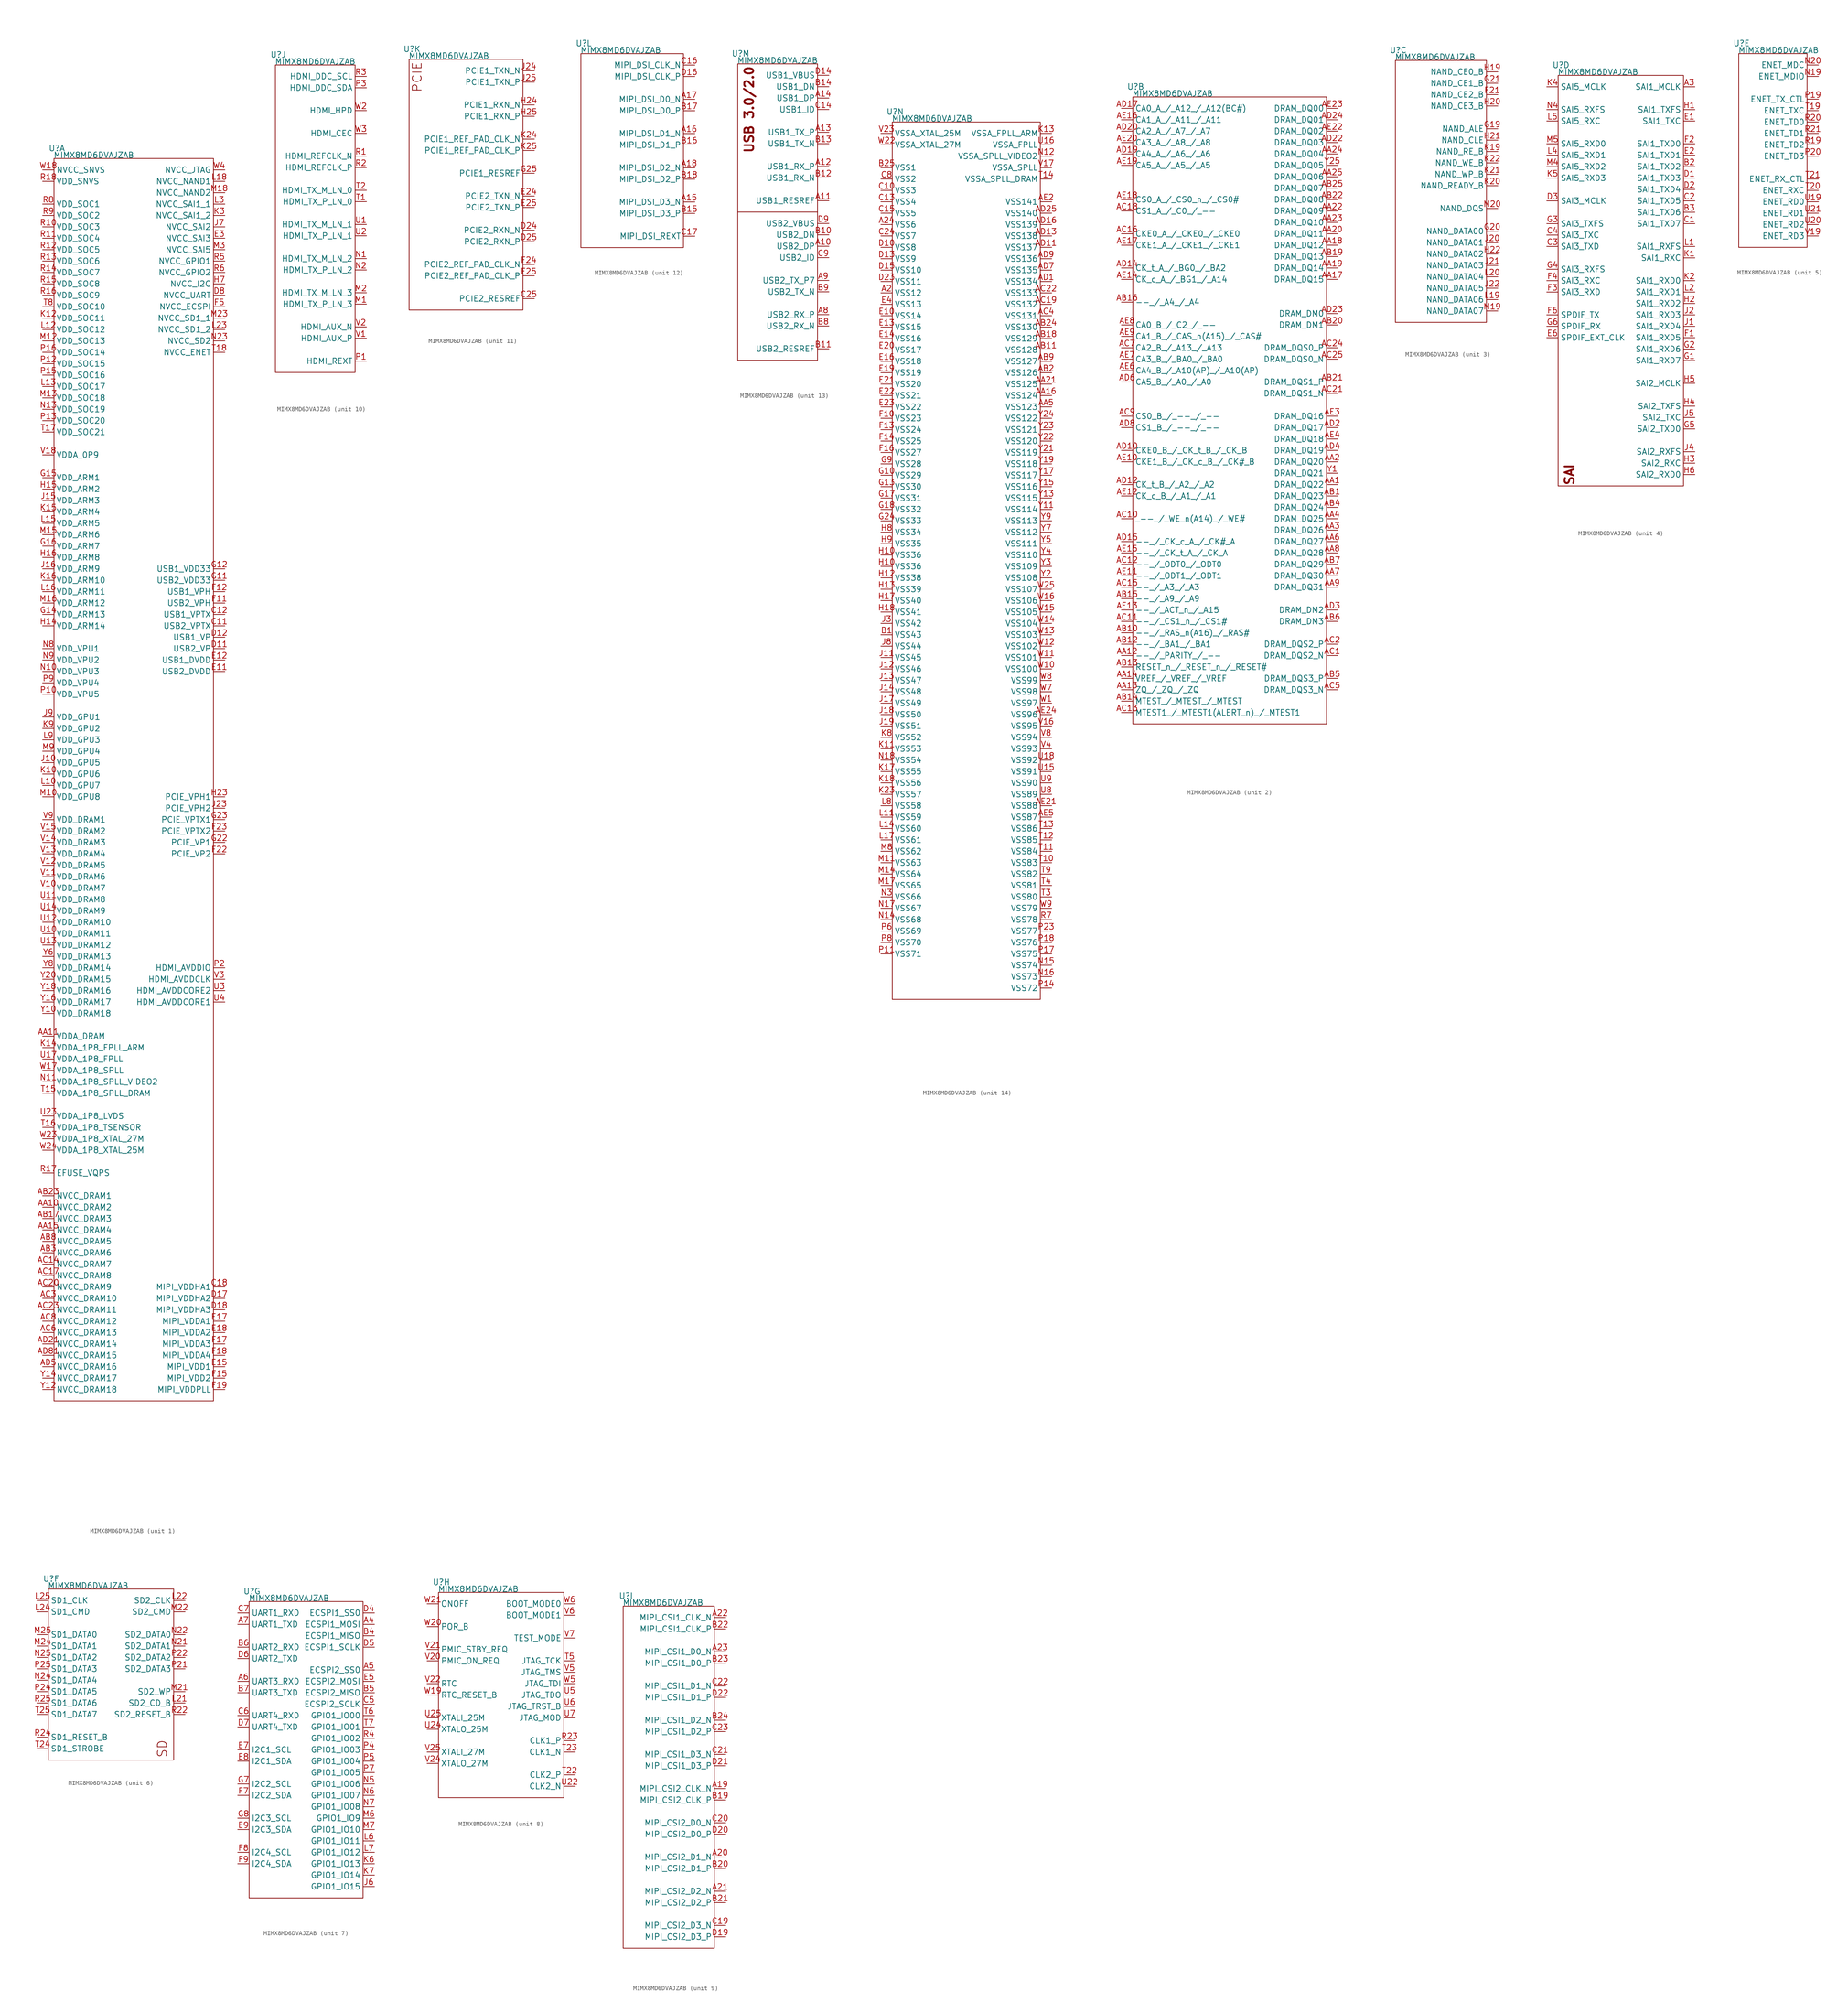
<source format=kicad_sym>
(kicad_symbol_lib
  (version 20230620)
  (generator kicad_symbol_editor)
  (symbol "MIMX8MD6DVAJZAB"
    (property "Reference" "U"
      (at 0.635 2.286 0)
      (effects (font (size 1.27 1.27))))
    (property "Value" "MIMX8MD6DVAJZAB"
      (at 8.89 0.762 0)
      (effects (font (size 1.27 1.27))))
    (property "ki_locked" ""
      (at 0 0 0)
      (effects (font (size 1.27 1.27))))
    (symbol "MIMX8MD6DVAJZAB_1_0"
      (pin unspecified line (at -2.54 -233.68 0) (length 2.54) (name "NVCC_DRAM2" (effects (font (size 1.27 1.27)))) (number "AA10" (effects (font (size 1.27 1.27)))))
      (pin unspecified line (at -2.54 -195.58 0) (length 2.54) (name "VDDA_DRAM" (effects (font (size 1.27 1.27)))) (number "AA11" (effects (font (size 1.27 1.27)))))
      (pin unspecified line (at -2.54 -238.76 0) (length 2.54) (name "NVCC_DRAM4" (effects (font (size 1.27 1.27)))) (number "AA15" (effects (font (size 1.27 1.27)))))
      (pin unspecified line (at -2.54 -236.22 0) (length 2.54) (name "NVCC_DRAM3" (effects (font (size 1.27 1.27)))) (number "AB17" (effects (font (size 1.27 1.27)))))
      (pin unspecified line (at -2.54 -231.14 0) (length 2.54) (name "NVCC_DRAM1" (effects (font (size 1.27 1.27)))) (number "AB23" (effects (font (size 1.27 1.27)))))
      (pin unspecified line (at -2.54 -243.84 0) (length 2.54) (name "NVCC_DRAM6" (effects (font (size 1.27 1.27)))) (number "AB3" (effects (font (size 1.27 1.27)))))
      (pin unspecified line (at -2.54 -241.3 0) (length 2.54) (name "NVCC_DRAM5" (effects (font (size 1.27 1.27)))) (number "AB8" (effects (font (size 1.27 1.27)))))
      (pin unspecified line (at -2.54 -246.38 0) (length 2.54) (name "NVCC_DRAM7" (effects (font (size 1.27 1.27)))) (number "AC14" (effects (font (size 1.27 1.27)))))
      (pin unspecified line (at -2.54 -248.92 0) (length 2.54) (name "NVCC_DRAM8" (effects (font (size 1.27 1.27)))) (number "AC17" (effects (font (size 1.27 1.27)))))
      (pin unspecified line (at -2.54 -251.46 0) (length 2.54) (name "NVCC_DRAM9" (effects (font (size 1.27 1.27)))) (number "AC20" (effects (font (size 1.27 1.27)))))
      (pin unspecified line (at -2.54 -256.54 0) (length 2.54) (name "NVCC_DRAM11" (effects (font (size 1.27 1.27)))) (number "AC23" (effects (font (size 1.27 1.27)))))
      (pin unspecified line (at -2.54 -254 0) (length 2.54) (name "NVCC_DRAM10" (effects (font (size 1.27 1.27)))) (number "AC3" (effects (font (size 1.27 1.27)))))
      (pin unspecified line (at -2.54 -261.62 0) (length 2.54) (name "NVCC_DRAM13" (effects (font (size 1.27 1.27)))) (number "AC6" (effects (font (size 1.27 1.27)))))
      (pin unspecified line (at -2.54 -259.08 0) (length 2.54) (name "NVCC_DRAM12" (effects (font (size 1.27 1.27)))) (number "AC8" (effects (font (size 1.27 1.27)))))
      (pin unspecified line (at -2.54 -264.16 0) (length 2.54) (name "NVCC_DRAM14" (effects (font (size 1.27 1.27)))) (number "AD21" (effects (font (size 1.27 1.27)))))
      (pin unspecified line (at -2.54 -269.24 0) (length 2.54) (name "NVCC_DRAM16" (effects (font (size 1.27 1.27)))) (number "AD5" (effects (font (size 1.27 1.27)))))
      (pin unspecified line (at -2.54 -266.7 0) (length 2.54) (name "NVCC_DRAM15" (effects (font (size 1.27 1.27)))) (number "AD81" (effects (font (size 1.27 1.27)))))
      (pin unspecified line (at -2.54 -101.6 0) (length 2.54) (name "VDD_ARM13" (effects (font (size 1.27 1.27)))) (number "G14" (effects (font (size 1.27 1.27)))))
      (pin unspecified line (at -2.54 -71.12 0) (length 2.54) (name "VDD_ARM1" (effects (font (size 1.27 1.27)))) (number "G15" (effects (font (size 1.27 1.27)))))
      (pin unspecified line (at -2.54 -86.36 0) (length 2.54) (name "VDD_ARM7" (effects (font (size 1.27 1.27)))) (number "G16" (effects (font (size 1.27 1.27)))))
      (pin unspecified line (at -2.54 -104.14 0) (length 2.54) (name "VDD_ARM14" (effects (font (size 1.27 1.27)))) (number "H14" (effects (font (size 1.27 1.27)))))
      (pin unspecified line (at -2.54 -73.66 0) (length 2.54) (name "VDD_ARM2" (effects (font (size 1.27 1.27)))) (number "H15" (effects (font (size 1.27 1.27)))))
      (pin unspecified line (at -2.54 -88.9 0) (length 2.54) (name "VDD_ARM8" (effects (font (size 1.27 1.27)))) (number "H16" (effects (font (size 1.27 1.27)))))
      (pin unspecified line (at -2.54 -134.62 0) (length 2.54) (name "VDD_GPU5" (effects (font (size 1.27 1.27)))) (number "J10" (effects (font (size 1.27 1.27)))))
      (pin unspecified line (at -2.54 -76.2 0) (length 2.54) (name "VDD_ARM3" (effects (font (size 1.27 1.27)))) (number "J15" (effects (font (size 1.27 1.27)))))
      (pin unspecified line (at -2.54 -91.44 0) (length 2.54) (name "VDD_ARM9" (effects (font (size 1.27 1.27)))) (number "J16" (effects (font (size 1.27 1.27)))))
      (pin unspecified line (at -2.54 -124.46 0) (length 2.54) (name "VDD_GPU1" (effects (font (size 1.27 1.27)))) (number "J9" (effects (font (size 1.27 1.27)))))
      (pin unspecified line (at -2.54 -137.16 0) (length 2.54) (name "VDD_GPU6" (effects (font (size 1.27 1.27)))) (number "K10" (effects (font (size 1.27 1.27)))))
      (pin unspecified line (at -2.54 -35.56 0) (length 2.54) (name "VDD_SOC11" (effects (font (size 1.27 1.27)))) (number "K12" (effects (font (size 1.27 1.27)))))
      (pin unspecified line (at -2.54 -198.12 0) (length 2.54) (name "VDDA_1P8_FPLL_ARM" (effects (font (size 1.27 1.27)))) (number "K14" (effects (font (size 1.27 1.27)))))
      (pin unspecified line (at -2.54 -78.74 0) (length 2.54) (name "VDD_ARM4" (effects (font (size 1.27 1.27)))) (number "K15" (effects (font (size 1.27 1.27)))))
      (pin unspecified line (at -2.54 -93.98 0) (length 2.54) (name "VDD_ARM10" (effects (font (size 1.27 1.27)))) (number "K16" (effects (font (size 1.27 1.27)))))
      (pin unspecified line (at -2.54 -127 0) (length 2.54) (name "VDD_GPU2" (effects (font (size 1.27 1.27)))) (number "K9" (effects (font (size 1.27 1.27)))))
      (pin unspecified line (at -2.54 -139.7 0) (length 2.54) (name "VDD_GPU7" (effects (font (size 1.27 1.27)))) (number "L10" (effects (font (size 1.27 1.27)))))
      (pin unspecified line (at -2.54 -38.1 0) (length 2.54) (name "VDD_SOC12" (effects (font (size 1.27 1.27)))) (number "L12" (effects (font (size 1.27 1.27)))))
      (pin unspecified line (at -2.54 -50.8 0) (length 2.54) (name "VDD_SOC17" (effects (font (size 1.27 1.27)))) (number "L13" (effects (font (size 1.27 1.27)))))
      (pin unspecified line (at -2.54 -81.28 0) (length 2.54) (name "VDD_ARM5" (effects (font (size 1.27 1.27)))) (number "L15" (effects (font (size 1.27 1.27)))))
      (pin unspecified line (at -2.54 -96.52 0) (length 2.54) (name "VDD_ARM11" (effects (font (size 1.27 1.27)))) (number "L16" (effects (font (size 1.27 1.27)))))
      (pin unspecified line (at -2.54 -129.54 0) (length 2.54) (name "VDD_GPU3" (effects (font (size 1.27 1.27)))) (number "L9" (effects (font (size 1.27 1.27)))))
      (pin unspecified line (at -2.54 -142.24 0) (length 2.54) (name "VDD_GPU8" (effects (font (size 1.27 1.27)))) (number "M10" (effects (font (size 1.27 1.27)))))
      (pin unspecified line (at -2.54 -40.64 0) (length 2.54) (name "VDD_SOC13" (effects (font (size 1.27 1.27)))) (number "M12" (effects (font (size 1.27 1.27)))))
      (pin unspecified line (at -2.54 -53.34 0) (length 2.54) (name "VDD_SOC18" (effects (font (size 1.27 1.27)))) (number "M13" (effects (font (size 1.27 1.27)))))
      (pin unspecified line (at -2.54 -83.82 0) (length 2.54) (name "VDD_ARM6" (effects (font (size 1.27 1.27)))) (number "M15" (effects (font (size 1.27 1.27)))))
      (pin unspecified line (at -2.54 -99.06 0) (length 2.54) (name "VDD_ARM12" (effects (font (size 1.27 1.27)))) (number "M16" (effects (font (size 1.27 1.27)))))
      (pin unspecified line (at -2.54 -132.08 0) (length 2.54) (name "VDD_GPU4" (effects (font (size 1.27 1.27)))) (number "M9" (effects (font (size 1.27 1.27)))))
      (pin unspecified line (at -2.54 -114.3 0) (length 2.54) (name "VDD_VPU3" (effects (font (size 1.27 1.27)))) (number "N10" (effects (font (size 1.27 1.27)))))
      (pin unspecified line (at -2.54 -205.74 0) (length 2.54) (name "VDDA_1P8_SPLL_VIDEO2" (effects (font (size 1.27 1.27)))) (number "N11" (effects (font (size 1.27 1.27)))))
      (pin unspecified line (at -2.54 -55.88 0) (length 2.54) (name "VDD_SOC19" (effects (font (size 1.27 1.27)))) (number "N13" (effects (font (size 1.27 1.27)))))
      (pin unspecified line (at -2.54 -109.22 0) (length 2.54) (name "VDD_VPU1" (effects (font (size 1.27 1.27)))) (number "N8" (effects (font (size 1.27 1.27)))))
      (pin unspecified line (at -2.54 -111.76 0) (length 2.54) (name "VDD_VPU2" (effects (font (size 1.27 1.27)))) (number "N9" (effects (font (size 1.27 1.27)))))
      (pin unspecified line (at -2.54 -119.38 0) (length 2.54) (name "VDD_VPU5" (effects (font (size 1.27 1.27)))) (number "P10" (effects (font (size 1.27 1.27)))))
      (pin unspecified line (at -2.54 -45.72 0) (length 2.54) (name "VDD_SOC15" (effects (font (size 1.27 1.27)))) (number "P12" (effects (font (size 1.27 1.27)))))
      (pin unspecified line (at -2.54 -58.42 0) (length 2.54) (name "VDD_SOC20" (effects (font (size 1.27 1.27)))) (number "P13" (effects (font (size 1.27 1.27)))))
      (pin unspecified line (at -2.54 -48.26 0) (length 2.54) (name "VDD_SOC16" (effects (font (size 1.27 1.27)))) (number "P15" (effects (font (size 1.27 1.27)))))
      (pin unspecified line (at -2.54 -43.18 0) (length 2.54) (name "VDD_SOC14" (effects (font (size 1.27 1.27)))) (number "P16" (effects (font (size 1.27 1.27)))))
      (pin unspecified line (at -2.54 -116.84 0) (length 2.54) (name "VDD_VPU4" (effects (font (size 1.27 1.27)))) (number "P9" (effects (font (size 1.27 1.27)))))
      (pin unspecified line (at -2.54 -15.24 0) (length 2.54) (name "VDD_SOC3" (effects (font (size 1.27 1.27)))) (number "R10" (effects (font (size 1.27 1.27)))))
      (pin unspecified line (at -2.54 -17.78 0) (length 2.54) (name "VDD_SOC4" (effects (font (size 1.27 1.27)))) (number "R11" (effects (font (size 1.27 1.27)))))
      (pin unspecified line (at -2.54 -20.32 0) (length 2.54) (name "VDD_SOC5" (effects (font (size 1.27 1.27)))) (number "R12" (effects (font (size 1.27 1.27)))))
      (pin unspecified line (at -2.54 -22.86 0) (length 2.54) (name "VDD_SOC6" (effects (font (size 1.27 1.27)))) (number "R13" (effects (font (size 1.27 1.27)))))
      (pin unspecified line (at -2.54 -25.4 0) (length 2.54) (name "VDD_SOC7" (effects (font (size 1.27 1.27)))) (number "R14" (effects (font (size 1.27 1.27)))))
      (pin unspecified line (at -2.54 -27.94 0) (length 2.54) (name "VDD_SOC8" (effects (font (size 1.27 1.27)))) (number "R15" (effects (font (size 1.27 1.27)))))
      (pin unspecified line (at -2.54 -30.48 0) (length 2.54) (name "VDD_SOC9" (effects (font (size 1.27 1.27)))) (number "R16" (effects (font (size 1.27 1.27)))))
      (pin unspecified line (at -2.54 -226.06 0) (length 2.54) (name "EFUSE_VQPS" (effects (font (size 1.27 1.27)))) (number "R17" (effects (font (size 1.27 1.27)))))
      (pin unspecified line (at -2.54 -5.08 0) (length 2.54) (name "VDD_SNVS" (effects (font (size 1.27 1.27)))) (number "R18" (effects (font (size 1.27 1.27)))))
      (pin unspecified line (at -2.54 -10.16 0) (length 2.54) (name "VDD_SOC1" (effects (font (size 1.27 1.27)))) (number "R8" (effects (font (size 1.27 1.27)))))
      (pin unspecified line (at -2.54 -12.7 0) (length 2.54) (name "VDD_SOC2" (effects (font (size 1.27 1.27)))) (number "R9" (effects (font (size 1.27 1.27)))))
      (pin unspecified line (at -2.54 -208.28 0) (length 2.54) (name "VDDA_1P8_SPLL_DRAM" (effects (font (size 1.27 1.27)))) (number "T15" (effects (font (size 1.27 1.27)))))
      (pin unspecified line (at -2.54 -215.9 0) (length 2.54) (name "VDDA_1P8_TSENSOR" (effects (font (size 1.27 1.27)))) (number "T16" (effects (font (size 1.27 1.27)))))
      (pin unspecified line (at -2.54 -60.96 0) (length 2.54) (name "VDD_SOC21" (effects (font (size 1.27 1.27)))) (number "T17" (effects (font (size 1.27 1.27)))))
      (pin unspecified line (at -2.54 -33.02 0) (length 2.54) (name "VDD_SOC10" (effects (font (size 1.27 1.27)))) (number "T8" (effects (font (size 1.27 1.27)))))
      (pin unspecified line (at -2.54 -172.72 0) (length 2.54) (name "VDD_DRAM11" (effects (font (size 1.27 1.27)))) (number "U10" (effects (font (size 1.27 1.27)))))
      (pin unspecified line (at -2.54 -165.1 0) (length 2.54) (name "VDD_DRAM8" (effects (font (size 1.27 1.27)))) (number "U11" (effects (font (size 1.27 1.27)))))
      (pin unspecified line (at -2.54 -170.18 0) (length 2.54) (name "VDD_DRAM10" (effects (font (size 1.27 1.27)))) (number "U12" (effects (font (size 1.27 1.27)))))
      (pin unspecified line (at -2.54 -175.26 0) (length 2.54) (name "VDD_DRAM12" (effects (font (size 1.27 1.27)))) (number "U13" (effects (font (size 1.27 1.27)))))
      (pin unspecified line (at -2.54 -167.64 0) (length 2.54) (name "VDD_DRAM9" (effects (font (size 1.27 1.27)))) (number "U14" (effects (font (size 1.27 1.27)))))
      (pin unspecified line (at -2.54 -200.66 0) (length 2.54) (name "VDDA_1P8_FPLL" (effects (font (size 1.27 1.27)))) (number "U17" (effects (font (size 1.27 1.27)))))
      (pin unspecified line (at -2.54 -213.36 0) (length 2.54) (name "VDDA_1P8_LVDS" (effects (font (size 1.27 1.27)))) (number "U23" (effects (font (size 1.27 1.27)))))
      (pin unspecified line (at -2.54 -162.56 0) (length 2.54) (name "VDD_DRAM7" (effects (font (size 1.27 1.27)))) (number "V10" (effects (font (size 1.27 1.27)))))
      (pin unspecified line (at -2.54 -160.02 0) (length 2.54) (name "VDD_DRAM6" (effects (font (size 1.27 1.27)))) (number "V11" (effects (font (size 1.27 1.27)))))
      (pin unspecified line (at -2.54 -157.48 0) (length 2.54) (name "VDD_DRAM5" (effects (font (size 1.27 1.27)))) (number "V12" (effects (font (size 1.27 1.27)))))
      (pin unspecified line (at -2.54 -154.94 0) (length 2.54) (name "VDD_DRAM4" (effects (font (size 1.27 1.27)))) (number "V13" (effects (font (size 1.27 1.27)))))
      (pin unspecified line (at -2.54 -152.4 0) (length 2.54) (name "VDD_DRAM3" (effects (font (size 1.27 1.27)))) (number "V14" (effects (font (size 1.27 1.27)))))
      (pin unspecified line (at -2.54 -149.86 0) (length 2.54) (name "VDD_DRAM2" (effects (font (size 1.27 1.27)))) (number "V15" (effects (font (size 1.27 1.27)))))
      (pin unspecified line (at -2.54 -66.04 0) (length 2.54) (name "VDDA_0P9" (effects (font (size 1.27 1.27)))) (number "V18" (effects (font (size 1.27 1.27)))))
      (pin unspecified line (at -2.54 -147.32 0) (length 2.54) (name "VDD_DRAM1" (effects (font (size 1.27 1.27)))) (number "V9" (effects (font (size 1.27 1.27)))))
      (pin unspecified line (at -2.54 -203.2 0) (length 2.54) (name "VDDA_1P8_SPLL" (effects (font (size 1.27 1.27)))) (number "W17" (effects (font (size 1.27 1.27)))))
      (pin passive line (at -2.54 -2.54 0) (length 2.54) (name "NVCC_SNVS" (effects (font (size 1.27 1.27)))) (number "W18" (effects (font (size 1.27 1.27)))))
      (pin unspecified line (at -2.54 -218.44 0) (length 2.54) (name "VDDA_1P8_XTAL_27M" (effects (font (size 1.27 1.27)))) (number "W23" (effects (font (size 1.27 1.27)))))
      (pin unspecified line (at -2.54 -220.98 0) (length 2.54) (name "VDDA_1P8_XTAL_25M" (effects (font (size 1.27 1.27)))) (number "W24" (effects (font (size 1.27 1.27)))))
      (pin unspecified line (at -2.54 -190.5 0) (length 2.54) (name "VDD_DRAM18" (effects (font (size 1.27 1.27)))) (number "Y10" (effects (font (size 1.27 1.27)))))
      (pin unspecified line (at -2.54 -274.32 0) (length 2.54) (name "NVCC_DRAM18" (effects (font (size 1.27 1.27)))) (number "Y12" (effects (font (size 1.27 1.27)))))
      (pin unspecified line (at -2.54 -271.78 0) (length 2.54) (name "NVCC_DRAM17" (effects (font (size 1.27 1.27)))) (number "Y14" (effects (font (size 1.27 1.27)))))
      (pin unspecified line (at -2.54 -187.96 0) (length 2.54) (name "VDD_DRAM17" (effects (font (size 1.27 1.27)))) (number "Y16" (effects (font (size 1.27 1.27)))))
      (pin unspecified line (at -2.54 -185.42 0) (length 2.54) (name "VDD_DRAM16" (effects (font (size 1.27 1.27)))) (number "Y18" (effects (font (size 1.27 1.27)))))
      (pin unspecified line (at -2.54 -182.88 0) (length 2.54) (name "VDD_DRAM15" (effects (font (size 1.27 1.27)))) (number "Y20" (effects (font (size 1.27 1.27)))))
      (pin unspecified line (at -2.54 -177.8 0) (length 2.54) (name "VDD_DRAM13" (effects (font (size 1.27 1.27)))) (number "Y6" (effects (font (size 1.27 1.27)))))
      (pin unspecified line (at -2.54 -180.34 0) (length 2.54) (name "VDD_DRAM14" (effects (font (size 1.27 1.27)))) (number "Y8" (effects (font (size 1.27 1.27))))))
    (symbol "MIMX8MD6DVAJZAB_1_1"
      (rectangle (start 0 0) (end 35.56 -276.86) (stroke (width 0) (type default)) (fill (type none)))
      (pin unspecified line (at 38.1 -104.14 180) (length 2.54) (name "USB2_VPTX" (effects (font (size 1.27 1.27)))) (number "C11" (effects (font (size 1.27 1.27)))))
      (pin unspecified line (at 38.1 -101.6 180) (length 2.54) (name "USB1_VPTX" (effects (font (size 1.27 1.27)))) (number "C12" (effects (font (size 1.27 1.27)))))
      (pin unspecified line (at 38.1 -251.46 180) (length 2.54) (name "MIPI_VDDHA1" (effects (font (size 1.27 1.27)))) (number "C18" (effects (font (size 1.27 1.27)))))
      (pin unspecified line (at 38.1 -109.22 180) (length 2.54) (name "USB2_VP" (effects (font (size 1.27 1.27)))) (number "D11" (effects (font (size 1.27 1.27)))))
      (pin unspecified line (at 38.1 -106.68 180) (length 2.54) (name "USB1_VP" (effects (font (size 1.27 1.27)))) (number "D12" (effects (font (size 1.27 1.27)))))
      (pin unspecified line (at 38.1 -254 180) (length 2.54) (name "MIPI_VDDHA2" (effects (font (size 1.27 1.27)))) (number "D17" (effects (font (size 1.27 1.27)))))
      (pin unspecified line (at 38.1 -256.54 180) (length 2.54) (name "MIPI_VDDHA3" (effects (font (size 1.27 1.27)))) (number "D18" (effects (font (size 1.27 1.27)))))
      (pin unspecified line (at 38.1 -30.48 180) (length 2.54) (name "NVCC_UART" (effects (font (size 1.27 1.27)))) (number "D8" (effects (font (size 1.27 1.27)))))
      (pin unspecified line (at 38.1 -114.3 180) (length 2.54) (name "USB2_DVDD" (effects (font (size 1.27 1.27)))) (number "E11" (effects (font (size 1.27 1.27)))))
      (pin unspecified line (at 38.1 -111.76 180) (length 2.54) (name "USB1_DVDD" (effects (font (size 1.27 1.27)))) (number "E12" (effects (font (size 1.27 1.27)))))
      (pin unspecified line (at 38.1 -269.24 180) (length 2.54) (name "MIPI_VDD1" (effects (font (size 1.27 1.27)))) (number "E15" (effects (font (size 1.27 1.27)))))
      (pin unspecified line (at 38.1 -259.08 180) (length 2.54) (name "MIPI_VDDA1" (effects (font (size 1.27 1.27)))) (number "E17" (effects (font (size 1.27 1.27)))))
      (pin unspecified line (at 38.1 -261.62 180) (length 2.54) (name "MIPI_VDDA2" (effects (font (size 1.27 1.27)))) (number "E18" (effects (font (size 1.27 1.27)))))
      (pin unspecified line (at 38.1 -17.78 180) (length 2.54) (name "NVCC_SAI3" (effects (font (size 1.27 1.27)))) (number "E3" (effects (font (size 1.27 1.27)))))
      (pin unspecified line (at 38.1 -99.06 180) (length 2.54) (name "USB2_VPH" (effects (font (size 1.27 1.27)))) (number "F11" (effects (font (size 1.27 1.27)))))
      (pin unspecified line (at 38.1 -96.52 180) (length 2.54) (name "USB1_VPH" (effects (font (size 1.27 1.27)))) (number "F12" (effects (font (size 1.27 1.27)))))
      (pin unspecified line (at 38.1 -271.78 180) (length 2.54) (name "MIPI_VDD2" (effects (font (size 1.27 1.27)))) (number "F15" (effects (font (size 1.27 1.27)))))
      (pin unspecified line (at 38.1 -264.16 180) (length 2.54) (name "MIPI_VDDA3" (effects (font (size 1.27 1.27)))) (number "F17" (effects (font (size 1.27 1.27)))))
      (pin unspecified line (at 38.1 -266.7 180) (length 2.54) (name "MIPI_VDDA4" (effects (font (size 1.27 1.27)))) (number "F18" (effects (font (size 1.27 1.27)))))
      (pin unspecified line (at 38.1 -274.32 180) (length 2.54) (name "MIPI_VDDPLL" (effects (font (size 1.27 1.27)))) (number "F19" (effects (font (size 1.27 1.27)))))
      (pin unspecified line (at 38.1 -154.94 180) (length 2.54) (name "PCIE_VP2" (effects (font (size 1.27 1.27)))) (number "F22" (effects (font (size 1.27 1.27)))))
      (pin unspecified line (at 38.1 -149.86 180) (length 2.54) (name "PCIE_VPTX2" (effects (font (size 1.27 1.27)))) (number "F23" (effects (font (size 1.27 1.27)))))
      (pin unspecified line (at 38.1 -33.02 180) (length 2.54) (name "NVCC_ECSPI" (effects (font (size 1.27 1.27)))) (number "F5" (effects (font (size 1.27 1.27)))))
      (pin unspecified line (at 38.1 -93.98 180) (length 2.54) (name "USB2_VDD33" (effects (font (size 1.27 1.27)))) (number "G11" (effects (font (size 1.27 1.27)))))
      (pin unspecified line (at 38.1 -91.44 180) (length 2.54) (name "USB1_VDD33" (effects (font (size 1.27 1.27)))) (number "G12" (effects (font (size 1.27 1.27)))))
      (pin unspecified line (at 38.1 -152.4 180) (length 2.54) (name "PCIE_VP1" (effects (font (size 1.27 1.27)))) (number "G22" (effects (font (size 1.27 1.27)))))
      (pin unspecified line (at 38.1 -147.32 180) (length 2.54) (name "PCIE_VPTX1" (effects (font (size 1.27 1.27)))) (number "G23" (effects (font (size 1.27 1.27)))))
      (pin unspecified line (at 38.1 -142.24 180) (length 2.54) (name "PCIE_VPH1" (effects (font (size 1.27 1.27)))) (number "H23" (effects (font (size 1.27 1.27)))))
      (pin unspecified line (at 38.1 -27.94 180) (length 2.54) (name "NVCC_I2C" (effects (font (size 1.27 1.27)))) (number "H7" (effects (font (size 1.27 1.27)))))
      (pin unspecified line (at 38.1 -144.78 180) (length 2.54) (name "PCIE_VPH2" (effects (font (size 1.27 1.27)))) (number "J23" (effects (font (size 1.27 1.27)))))
      (pin unspecified line (at 38.1 -15.24 180) (length 2.54) (name "NVCC_SAI2" (effects (font (size 1.27 1.27)))) (number "J7" (effects (font (size 1.27 1.27)))))
      (pin unspecified line (at 38.1 -12.7 180) (length 2.54) (name "NVCC_SAI1_2" (effects (font (size 1.27 1.27)))) (number "K3" (effects (font (size 1.27 1.27)))))
      (pin unspecified line (at 38.1 -5.08 180) (length 2.54) (name "NVCC_NAND1" (effects (font (size 1.27 1.27)))) (number "L18" (effects (font (size 1.27 1.27)))))
      (pin unspecified line (at 38.1 -38.1 180) (length 2.54) (name "NVCC_SD1_2" (effects (font (size 1.27 1.27)))) (number "L23" (effects (font (size 1.27 1.27)))))
      (pin unspecified line (at 38.1 -10.16 180) (length 2.54) (name "NVCC_SAI1_1" (effects (font (size 1.27 1.27)))) (number "L3" (effects (font (size 1.27 1.27)))))
      (pin unspecified line (at 38.1 -7.62 180) (length 2.54) (name "NVCC_NAND2" (effects (font (size 1.27 1.27)))) (number "M18" (effects (font (size 1.27 1.27)))))
      (pin unspecified line (at 38.1 -35.56 180) (length 2.54) (name "NVCC_SD1_1" (effects (font (size 1.27 1.27)))) (number "M23" (effects (font (size 1.27 1.27)))))
      (pin unspecified line (at 38.1 -20.32 180) (length 2.54) (name "NVCC_SAI5" (effects (font (size 1.27 1.27)))) (number "M3" (effects (font (size 1.27 1.27)))))
      (pin unspecified line (at 38.1 -40.64 180) (length 2.54) (name "NVCC_SD2" (effects (font (size 1.27 1.27)))) (number "N23" (effects (font (size 1.27 1.27)))))
      (pin unspecified line (at 38.1 -180.34 180) (length 2.54) (name "HDMI_AVDDIO" (effects (font (size 1.27 1.27)))) (number "P2" (effects (font (size 1.27 1.27)))))
      (pin unspecified line (at 38.1 -22.86 180) (length 2.54) (name "NVCC_GPIO1" (effects (font (size 1.27 1.27)))) (number "R5" (effects (font (size 1.27 1.27)))))
      (pin unspecified line (at 38.1 -25.4 180) (length 2.54) (name "NVCC_GPIO2" (effects (font (size 1.27 1.27)))) (number "R6" (effects (font (size 1.27 1.27)))))
      (pin unspecified line (at 38.1 -43.18 180) (length 2.54) (name "NVCC_ENET" (effects (font (size 1.27 1.27)))) (number "T18" (effects (font (size 1.27 1.27)))))
      (pin unspecified line (at 38.1 -185.42 180) (length 2.54) (name "HDMI_AVDDCORE2" (effects (font (size 1.27 1.27)))) (number "U3" (effects (font (size 1.27 1.27)))))
      (pin unspecified line (at 38.1 -187.96 180) (length 2.54) (name "HDMI_AVDDCORE1" (effects (font (size 1.27 1.27)))) (number "U4" (effects (font (size 1.27 1.27)))))
      (pin unspecified line (at 38.1 -182.88 180) (length 2.54) (name "HDMI_AVDDCLK" (effects (font (size 1.27 1.27)))) (number "V3" (effects (font (size 1.27 1.27)))))
      (pin unspecified line (at 38.1 -2.54 180) (length 2.54) (name "NVCC_JTAG" (effects (font (size 1.27 1.27)))) (number "W4" (effects (font (size 1.27 1.27))))))
    (symbol "MIMX8MD6DVAJZAB_2_1"
      (rectangle (start 0 0) (end 43.18 -139.7) (stroke (width 0) (type default)) (fill (type none)))
      (pin unspecified line (at 45.72 -86.36 180) (length 2.54) (name "DRAM_DQ22" (effects (font (size 1.27 1.27)))) (number "AA1" (effects (font (size 1.27 1.27)))))
      (pin unspecified line (at -2.54 -124.46 0) (length 2.54) (name "--_/_PARITY_/_--" (effects (font (size 1.27 1.27)))) (number "AA12" (effects (font (size 1.27 1.27)))))
      (pin unspecified line (at -2.54 -132.08 0) (length 2.54) (name "ZQ_/_ZQ_/_ZQ" (effects (font (size 1.27 1.27)))) (number "AA13" (effects (font (size 1.27 1.27)))))
      (pin unspecified line (at -2.54 -129.54 0) (length 2.54) (name "VREF_/_VREF_/_VREF" (effects (font (size 1.27 1.27)))) (number "AA14" (effects (font (size 1.27 1.27)))))
      (pin unspecified line (at 45.72 -40.64 180) (length 2.54) (name "DRAM_DQ15" (effects (font (size 1.27 1.27)))) (number "AA17" (effects (font (size 1.27 1.27)))))
      (pin unspecified line (at 45.72 -33.02 180) (length 2.54) (name "DRAM_DQ12" (effects (font (size 1.27 1.27)))) (number "AA18" (effects (font (size 1.27 1.27)))))
      (pin unspecified line (at 45.72 -38.1 180) (length 2.54) (name "DRAM_DQ14" (effects (font (size 1.27 1.27)))) (number "AA19" (effects (font (size 1.27 1.27)))))
      (pin unspecified line (at 45.72 -81.28 180) (length 2.54) (name "DRAM_DQ20" (effects (font (size 1.27 1.27)))) (number "AA2" (effects (font (size 1.27 1.27)))))
      (pin unspecified line (at 45.72 -30.48 180) (length 2.54) (name "DRAM_DQ11" (effects (font (size 1.27 1.27)))) (number "AA20" (effects (font (size 1.27 1.27)))))
      (pin unspecified line (at 45.72 -25.4 180) (length 2.54) (name "DRAM_DQ09" (effects (font (size 1.27 1.27)))) (number "AA22" (effects (font (size 1.27 1.27)))))
      (pin unspecified line (at 45.72 -27.94 180) (length 2.54) (name "DRAM_DQ10" (effects (font (size 1.27 1.27)))) (number "AA23" (effects (font (size 1.27 1.27)))))
      (pin unspecified line (at 45.72 -12.7 180) (length 2.54) (name "DRAM_DQ04" (effects (font (size 1.27 1.27)))) (number "AA24" (effects (font (size 1.27 1.27)))))
      (pin unspecified line (at 45.72 -17.78 180) (length 2.54) (name "DRAM_DQ06" (effects (font (size 1.27 1.27)))) (number "AA25" (effects (font (size 1.27 1.27)))))
      (pin unspecified line (at 45.72 -96.52 180) (length 2.54) (name "DRAM_DQ26" (effects (font (size 1.27 1.27)))) (number "AA3" (effects (font (size 1.27 1.27)))))
      (pin unspecified line (at 45.72 -93.98 180) (length 2.54) (name "DRAM_DQ25" (effects (font (size 1.27 1.27)))) (number "AA4" (effects (font (size 1.27 1.27)))))
      (pin unspecified line (at 45.72 -99.06 180) (length 2.54) (name "DRAM_DQ27" (effects (font (size 1.27 1.27)))) (number "AA6" (effects (font (size 1.27 1.27)))))
      (pin unspecified line (at 45.72 -106.68 180) (length 2.54) (name "DRAM_DQ30" (effects (font (size 1.27 1.27)))) (number "AA7" (effects (font (size 1.27 1.27)))))
      (pin unspecified line (at 45.72 -101.6 180) (length 2.54) (name "DRAM_DQ28" (effects (font (size 1.27 1.27)))) (number "AA8" (effects (font (size 1.27 1.27)))))
      (pin unspecified line (at 45.72 -109.22 180) (length 2.54) (name "DRAM_DQ31" (effects (font (size 1.27 1.27)))) (number "AA9" (effects (font (size 1.27 1.27)))))
      (pin unspecified line (at 45.72 -88.9 180) (length 2.54) (name "DRAM_DQ23" (effects (font (size 1.27 1.27)))) (number "AB1" (effects (font (size 1.27 1.27)))))
      (pin unspecified line (at -2.54 -119.38 0) (length 2.54) (name "--_/_RAS_n(A16)_/_RAS#" (effects (font (size 1.27 1.27)))) (number "AB10" (effects (font (size 1.27 1.27)))))
      (pin unspecified line (at -2.54 -121.92 0) (length 2.54) (name "--_/_BA1_/_BA1" (effects (font (size 1.27 1.27)))) (number "AB12" (effects (font (size 1.27 1.27)))))
      (pin unspecified line (at -2.54 -127 0) (length 2.54) (name "RESET_n_/_RESET_n_/_RESET#" (effects (font (size 1.27 1.27)))) (number "AB13" (effects (font (size 1.27 1.27)))))
      (pin unspecified line (at -2.54 -134.62 0) (length 2.54) (name "MTEST_/_MTEST_/_MTEST" (effects (font (size 1.27 1.27)))) (number "AB14" (effects (font (size 1.27 1.27)))))
      (pin unspecified line (at -2.54 -111.76 0) (length 2.54) (name "--_/_A9_/_A9" (effects (font (size 1.27 1.27)))) (number "AB15" (effects (font (size 1.27 1.27)))))
      (pin unspecified line (at -2.54 -45.72 0) (length 2.54) (name "--_/_A4_/_A4" (effects (font (size 1.27 1.27)))) (number "AB16" (effects (font (size 1.27 1.27)))))
      (pin unspecified line (at 45.72 -35.56 180) (length 2.54) (name "DRAM_DQ13" (effects (font (size 1.27 1.27)))) (number "AB19" (effects (font (size 1.27 1.27)))))
      (pin unspecified line (at 45.72 -50.8 180) (length 2.54) (name "DRAM_DM1" (effects (font (size 1.27 1.27)))) (number "AB20" (effects (font (size 1.27 1.27)))))
      (pin unspecified line (at 45.72 -63.5 180) (length 2.54) (name "DRAM_DQS1_P" (effects (font (size 1.27 1.27)))) (number "AB21" (effects (font (size 1.27 1.27)))))
      (pin unspecified line (at 45.72 -22.86 180) (length 2.54) (name "DRAM_DQ08" (effects (font (size 1.27 1.27)))) (number "AB22" (effects (font (size 1.27 1.27)))))
      (pin unspecified line (at 45.72 -20.32 180) (length 2.54) (name "DRAM_DQ07" (effects (font (size 1.27 1.27)))) (number "AB25" (effects (font (size 1.27 1.27)))))
      (pin unspecified line (at 45.72 -91.44 180) (length 2.54) (name "DRAM_DQ24" (effects (font (size 1.27 1.27)))) (number "AB4" (effects (font (size 1.27 1.27)))))
      (pin unspecified line (at 45.72 -129.54 180) (length 2.54) (name "DRAM_DQS3_P" (effects (font (size 1.27 1.27)))) (number "AB5" (effects (font (size 1.27 1.27)))))
      (pin unspecified line (at 45.72 -116.84 180) (length 2.54) (name "DRAM_DM3" (effects (font (size 1.27 1.27)))) (number "AB6" (effects (font (size 1.27 1.27)))))
      (pin unspecified line (at 45.72 -104.14 180) (length 2.54) (name "DRAM_DQ29" (effects (font (size 1.27 1.27)))) (number "AB7" (effects (font (size 1.27 1.27)))))
      (pin unspecified line (at 45.72 -124.46 180) (length 2.54) (name "DRAM_DQS2_N" (effects (font (size 1.27 1.27)))) (number "AC1" (effects (font (size 1.27 1.27)))))
      (pin unspecified line (at -2.54 -93.98 0) (length 2.54) (name "_--_/_WE_n(A14)_/_WE#" (effects (font (size 1.27 1.27)))) (number "AC10" (effects (font (size 1.27 1.27)))))
      (pin unspecified line (at -2.54 -116.84 0) (length 2.54) (name "--_/_CS1_n_/_CS1#" (effects (font (size 1.27 1.27)))) (number "AC11" (effects (font (size 1.27 1.27)))))
      (pin unspecified line (at -2.54 -104.14 0) (length 2.54) (name "--_/_ODT0_/_ODT0" (effects (font (size 1.27 1.27)))) (number "AC12" (effects (font (size 1.27 1.27)))))
      (pin unspecified line (at -2.54 -137.16 0) (length 2.54) (name "MTEST1_/_MTEST1(ALERT_n)_/_MTEST1" (effects (font (size 1.27 1.27)))) (number "AC13" (effects (font (size 1.27 1.27)))))
      (pin unspecified line (at -2.54 -109.22 0) (length 2.54) (name "--_/_A3_/_A3" (effects (font (size 1.27 1.27)))) (number "AC15" (effects (font (size 1.27 1.27)))))
      (pin unspecified line (at -2.54 -30.48 0) (length 2.54) (name "CKE0_A_/_CKE0_/_CKE0" (effects (font (size 1.27 1.27)))) (number "AC16" (effects (font (size 1.27 1.27)))))
      (pin unspecified line (at -2.54 -25.4 0) (length 2.54) (name "CS1_A_/_C0_/_--" (effects (font (size 1.27 1.27)))) (number "AC18" (effects (font (size 1.27 1.27)))))
      (pin unspecified line (at 45.72 -121.92 180) (length 2.54) (name "DRAM_DQS2_P" (effects (font (size 1.27 1.27)))) (number "AC2" (effects (font (size 1.27 1.27)))))
      (pin unspecified line (at 45.72 -66.04 180) (length 2.54) (name "DRAM_DQS1_N" (effects (font (size 1.27 1.27)))) (number "AC21" (effects (font (size 1.27 1.27)))))
      (pin unspecified line (at 45.72 -55.88 180) (length 2.54) (name "DRAM_DQS0_P" (effects (font (size 1.27 1.27)))) (number "AC24" (effects (font (size 1.27 1.27)))))
      (pin unspecified line (at 45.72 -58.42 180) (length 2.54) (name "DRAM_DQS0_N" (effects (font (size 1.27 1.27)))) (number "AC25" (effects (font (size 1.27 1.27)))))
      (pin unspecified line (at 45.72 -132.08 180) (length 2.54) (name "DRAM_DQS3_N" (effects (font (size 1.27 1.27)))) (number "AC5" (effects (font (size 1.27 1.27)))))
      (pin unspecified line (at -2.54 -55.88 0) (length 2.54) (name "CA2_B_/_A13_/_A13" (effects (font (size 1.27 1.27)))) (number "AC7" (effects (font (size 1.27 1.27)))))
      (pin unspecified line (at -2.54 -71.12 0) (length 2.54) (name "CS0_B_/_--_/_--" (effects (font (size 1.27 1.27)))) (number "AC9" (effects (font (size 1.27 1.27)))))
      (pin unspecified line (at -2.54 -78.74 0) (length 2.54) (name "CKE0_B_/_CK_t_B_/_CK_B" (effects (font (size 1.27 1.27)))) (number "AD10" (effects (font (size 1.27 1.27)))))
      (pin unspecified line (at -2.54 -86.36 0) (length 2.54) (name "CK_t_B_/_A2_/_A2" (effects (font (size 1.27 1.27)))) (number "AD12" (effects (font (size 1.27 1.27)))))
      (pin unspecified line (at -2.54 -38.1 0) (length 2.54) (name "CK_t_A_/_BG0_/_BA2" (effects (font (size 1.27 1.27)))) (number "AD14" (effects (font (size 1.27 1.27)))))
      (pin unspecified line (at -2.54 -99.06 0) (length 2.54) (name "--_/_CK_c_A_/_CK#_A" (effects (font (size 1.27 1.27)))) (number "AD15" (effects (font (size 1.27 1.27)))))
      (pin unspecified line (at -2.54 -2.54 0) (length 2.54) (name "CA0_A_/_A12_/_A12(BC#)" (effects (font (size 1.27 1.27)))) (number "AD17" (effects (font (size 1.27 1.27)))))
      (pin unspecified line (at -2.54 -12.7 0) (length 2.54) (name "CA4_A_/_A6_/_A6" (effects (font (size 1.27 1.27)))) (number "AD19" (effects (font (size 1.27 1.27)))))
      (pin unspecified line (at 45.72 -73.66 180) (length 2.54) (name "DRAM_DQ17" (effects (font (size 1.27 1.27)))) (number "AD2" (effects (font (size 1.27 1.27)))))
      (pin unspecified line (at -2.54 -7.62 0) (length 2.54) (name "CA2_A_/_A7_/_A7" (effects (font (size 1.27 1.27)))) (number "AD20" (effects (font (size 1.27 1.27)))))
      (pin unspecified line (at 45.72 -10.16 180) (length 2.54) (name "DRAM_DQ03" (effects (font (size 1.27 1.27)))) (number "AD22" (effects (font (size 1.27 1.27)))))
      (pin unspecified line (at 45.72 -48.26 180) (length 2.54) (name "DRAM_DM0" (effects (font (size 1.27 1.27)))) (number "AD23" (effects (font (size 1.27 1.27)))))
      (pin unspecified line (at 45.72 -5.08 180) (length 2.54) (name "DRAM_DQ01" (effects (font (size 1.27 1.27)))) (number "AD24" (effects (font (size 1.27 1.27)))))
      (pin unspecified line (at 45.72 -114.3 180) (length 2.54) (name "DRAM_DM2" (effects (font (size 1.27 1.27)))) (number "AD3" (effects (font (size 1.27 1.27)))))
      (pin unspecified line (at 45.72 -78.74 180) (length 2.54) (name "DRAM_DQ19" (effects (font (size 1.27 1.27)))) (number "AD4" (effects (font (size 1.27 1.27)))))
      (pin unspecified line (at -2.54 -63.5 0) (length 2.54) (name "CA5_B_/_A0_/_A0" (effects (font (size 1.27 1.27)))) (number "AD6" (effects (font (size 1.27 1.27)))))
      (pin unspecified line (at -2.54 -73.66 0) (length 2.54) (name "CS1_B_/_--_/_--" (effects (font (size 1.27 1.27)))) (number "AD8" (effects (font (size 1.27 1.27)))))
      (pin unspecified line (at -2.54 -81.28 0) (length 2.54) (name "CKE1_B_/_CK_c_B_/_CK#_B" (effects (font (size 1.27 1.27)))) (number "AE10" (effects (font (size 1.27 1.27)))))
      (pin unspecified line (at -2.54 -106.68 0) (length 2.54) (name "--_/_ODT1_/_ODT1" (effects (font (size 1.27 1.27)))) (number "AE11" (effects (font (size 1.27 1.27)))))
      (pin unspecified line (at -2.54 -88.9 0) (length 2.54) (name "CK_c_B_/_A1_/_A1" (effects (font (size 1.27 1.27)))) (number "AE12" (effects (font (size 1.27 1.27)))))
      (pin unspecified line (at -2.54 -114.3 0) (length 2.54) (name "--_/_ACT_n_/_A15" (effects (font (size 1.27 1.27)))) (number "AE13" (effects (font (size 1.27 1.27)))))
      (pin unspecified line (at -2.54 -40.64 0) (length 2.54) (name "CK_c_A_/_BG1_/_A14" (effects (font (size 1.27 1.27)))) (number "AE14" (effects (font (size 1.27 1.27)))))
      (pin unspecified line (at -2.54 -101.6 0) (length 2.54) (name "--_/_CK_t_A_/_CK_A" (effects (font (size 1.27 1.27)))) (number "AE15" (effects (font (size 1.27 1.27)))))
      (pin unspecified line (at -2.54 -5.08 0) (length 2.54) (name "CA1_A_/_A11_/_A11" (effects (font (size 1.27 1.27)))) (number "AE16" (effects (font (size 1.27 1.27)))))
      (pin unspecified line (at -2.54 -33.02 0) (length 2.54) (name "CKE1_A_/_CKE1_/_CKE1" (effects (font (size 1.27 1.27)))) (number "AE17" (effects (font (size 1.27 1.27)))))
      (pin unspecified line (at -2.54 -22.86 0) (length 2.54) (name "CS0_A_/_CS0_n_/_CS0#" (effects (font (size 1.27 1.27)))) (number "AE18" (effects (font (size 1.27 1.27)))))
      (pin unspecified line (at -2.54 -15.24 0) (length 2.54) (name "CA5_A_/_A5_/_A5" (effects (font (size 1.27 1.27)))) (number "AE19" (effects (font (size 1.27 1.27)))))
      (pin unspecified line (at -2.54 -10.16 0) (length 2.54) (name "CA3_A_/_A8_/_A8" (effects (font (size 1.27 1.27)))) (number "AE20" (effects (font (size 1.27 1.27)))))
      (pin unspecified line (at 45.72 -7.62 180) (length 2.54) (name "DRAM_DQ02" (effects (font (size 1.27 1.27)))) (number "AE22" (effects (font (size 1.27 1.27)))))
      (pin unspecified line (at 45.72 -2.54 180) (length 2.54) (name "DRAM_DQ00" (effects (font (size 1.27 1.27)))) (number "AE23" (effects (font (size 1.27 1.27)))))
      (pin unspecified line (at 45.72 -71.12 180) (length 2.54) (name "DRAM_DQ16" (effects (font (size 1.27 1.27)))) (number "AE3" (effects (font (size 1.27 1.27)))))
      (pin unspecified line (at 45.72 -76.2 180) (length 2.54) (name "DRAM_DQ18" (effects (font (size 1.27 1.27)))) (number "AE4" (effects (font (size 1.27 1.27)))))
      (pin unspecified line (at -2.54 -60.96 0) (length 2.54) (name "CA4_B_/_A10(AP)_/_A10(AP)" (effects (font (size 1.27 1.27)))) (number "AE6" (effects (font (size 1.27 1.27)))))
      (pin unspecified line (at -2.54 -58.42 0) (length 2.54) (name "CA3_B_/_BA0_/_BA0" (effects (font (size 1.27 1.27)))) (number "AE7" (effects (font (size 1.27 1.27)))))
      (pin unspecified line (at -2.54 -50.8 0) (length 2.54) (name "CA0_B_/_C2_/_--" (effects (font (size 1.27 1.27)))) (number "AE8" (effects (font (size 1.27 1.27)))))
      (pin unspecified line (at -2.54 -53.34 0) (length 2.54) (name "CA1_B_/_CAS_n(A15)_/_CAS#" (effects (font (size 1.27 1.27)))) (number "AE9" (effects (font (size 1.27 1.27)))))
      (pin unspecified line (at 45.72 -83.82 180) (length 2.54) (name "DRAM_DQ21" (effects (font (size 1.27 1.27)))) (number "Y1" (effects (font (size 1.27 1.27)))))
      (pin unspecified line (at 45.72 -15.24 180) (length 2.54) (name "DRAM_DQ05" (effects (font (size 1.27 1.27)))) (number "Y25" (effects (font (size 1.27 1.27))))))
    (symbol "MIMX8MD6DVAJZAB_3_1"
      (rectangle (start 0 0) (end 20.32 -58.42) (stroke (width 0) (type default)) (fill (type none)))
      (pin unspecified line (at 22.86 -7.62 180) (length 2.54) (name "NAND_CE2_B" (effects (font (size 1.27 1.27)))) (number "F21" (effects (font (size 1.27 1.27)))))
      (pin unspecified line (at 22.86 -15.24 180) (length 2.54) (name "NAND_ALE" (effects (font (size 1.27 1.27)))) (number "G19" (effects (font (size 1.27 1.27)))))
      (pin unspecified line (at 22.86 -38.1 180) (length 2.54) (name "NAND_DATA00" (effects (font (size 1.27 1.27)))) (number "G20" (effects (font (size 1.27 1.27)))))
      (pin unspecified line (at 22.86 -5.08 180) (length 2.54) (name "NAND_CE1_B" (effects (font (size 1.27 1.27)))) (number "G21" (effects (font (size 1.27 1.27)))))
      (pin unspecified line (at 22.86 -2.54 180) (length 2.54) (name "NAND_CE0_B" (effects (font (size 1.27 1.27)))) (number "H19" (effects (font (size 1.27 1.27)))))
      (pin unspecified line (at 22.86 -10.16 180) (length 2.54) (name "NAND_CE3_B" (effects (font (size 1.27 1.27)))) (number "H20" (effects (font (size 1.27 1.27)))))
      (pin unspecified line (at 22.86 -17.78 180) (length 2.54) (name "NAND_CLE" (effects (font (size 1.27 1.27)))) (number "H21" (effects (font (size 1.27 1.27)))))
      (pin unspecified line (at 22.86 -43.18 180) (length 2.54) (name "NAND_DATA02" (effects (font (size 1.27 1.27)))) (number "H22" (effects (font (size 1.27 1.27)))))
      (pin unspecified line (at 22.86 -40.64 180) (length 2.54) (name "NAND_DATA01" (effects (font (size 1.27 1.27)))) (number "J20" (effects (font (size 1.27 1.27)))))
      (pin unspecified line (at 22.86 -45.72 180) (length 2.54) (name "NAND_DATA03" (effects (font (size 1.27 1.27)))) (number "J21" (effects (font (size 1.27 1.27)))))
      (pin unspecified line (at 22.86 -50.8 180) (length 2.54) (name "NAND_DATA05" (effects (font (size 1.27 1.27)))) (number "J22" (effects (font (size 1.27 1.27)))))
      (pin unspecified line (at 22.86 -20.32 180) (length 2.54) (name "NAND_RE_B" (effects (font (size 1.27 1.27)))) (number "K19" (effects (font (size 1.27 1.27)))))
      (pin unspecified line (at 22.86 -27.94 180) (length 2.54) (name "NAND_READY_B" (effects (font (size 1.27 1.27)))) (number "K20" (effects (font (size 1.27 1.27)))))
      (pin unspecified line (at 22.86 -25.4 180) (length 2.54) (name "NAND_WP_B" (effects (font (size 1.27 1.27)))) (number "K21" (effects (font (size 1.27 1.27)))))
      (pin unspecified line (at 22.86 -22.86 180) (length 2.54) (name "NAND_WE_B" (effects (font (size 1.27 1.27)))) (number "K22" (effects (font (size 1.27 1.27)))))
      (pin unspecified line (at 22.86 -53.34 180) (length 2.54) (name "NAND_DATA06" (effects (font (size 1.27 1.27)))) (number "L19" (effects (font (size 1.27 1.27)))))
      (pin unspecified line (at 22.86 -48.26 180) (length 2.54) (name "NAND_DATA04" (effects (font (size 1.27 1.27)))) (number "L20" (effects (font (size 1.27 1.27)))))
      (pin unspecified line (at 22.86 -55.88 180) (length 2.54) (name "NAND_DATA07" (effects (font (size 1.27 1.27)))) (number "M19" (effects (font (size 1.27 1.27)))))
      (pin unspecified line (at 22.86 -33.02 180) (length 2.54) (name "NAND_DQS" (effects (font (size 1.27 1.27)))) (number "M20" (effects (font (size 1.27 1.27))))))
    (symbol "MIMX8MD6DVAJZAB_4_0"
      (rectangle (start 0 0) (end 27.94 -91.44) (stroke (width 0) (type default)) (fill (type none)))
      (text "SAI" (at 2.54 -88.9 900) (effects (font (size 2 2) bold))))
    (symbol "MIMX8MD6DVAJZAB_4_1"
      (pin unspecified line (at 30.48 -2.54 180) (length 2.54) (name "SAI1_MCLK" (effects (font (size 1.27 1.27)))) (number "A3" (effects (font (size 1.27 1.27)))))
      (pin unspecified line (at 30.48 -20.32 180) (length 2.54) (name "SAI1_TXD2" (effects (font (size 1.27 1.27)))) (number "B2" (effects (font (size 1.27 1.27)))))
      (pin unspecified line (at 30.48 -30.48 180) (length 2.54) (name "SAI1_TXD6" (effects (font (size 1.27 1.27)))) (number "B3" (effects (font (size 1.27 1.27)))))
      (pin unspecified line (at 30.48 -33.02 180) (length 2.54) (name "SAI1_TXD7" (effects (font (size 1.27 1.27)))) (number "C1" (effects (font (size 1.27 1.27)))))
      (pin unspecified line (at 30.48 -27.94 180) (length 2.54) (name "SAI1_TXD5" (effects (font (size 1.27 1.27)))) (number "C2" (effects (font (size 1.27 1.27)))))
      (pin unspecified line (at -2.54 -38.1 0) (length 2.54) (name "SAI3_TXD" (effects (font (size 1.27 1.27)))) (number "C3" (effects (font (size 1.27 1.27)))))
      (pin unspecified line (at -2.54 -35.56 0) (length 2.54) (name "SAI3_TXC" (effects (font (size 1.27 1.27)))) (number "C4" (effects (font (size 1.27 1.27)))))
      (pin unspecified line (at 30.48 -22.86 180) (length 2.54) (name "SAI1_TXD3" (effects (font (size 1.27 1.27)))) (number "D1" (effects (font (size 1.27 1.27)))))
      (pin unspecified line (at 30.48 -25.4 180) (length 2.54) (name "SAI1_TXD4" (effects (font (size 1.27 1.27)))) (number "D2" (effects (font (size 1.27 1.27)))))
      (pin unspecified line (at -2.54 -27.94 0) (length 2.54) (name "SAI3_MCLK" (effects (font (size 1.27 1.27)))) (number "D3" (effects (font (size 1.27 1.27)))))
      (pin unspecified line (at 30.48 -10.16 180) (length 2.54) (name "SAI1_TXC" (effects (font (size 1.27 1.27)))) (number "E1" (effects (font (size 1.27 1.27)))))
      (pin unspecified line (at 30.48 -17.78 180) (length 2.54) (name "SAI1_TXD1" (effects (font (size 1.27 1.27)))) (number "E2" (effects (font (size 1.27 1.27)))))
      (pin unspecified line (at -2.54 -58.42 0) (length 2.54) (name "SPDIF_EXT_CLK" (effects (font (size 1.27 1.27)))) (number "E6" (effects (font (size 1.27 1.27)))))
      (pin unspecified line (at 30.48 -58.42 180) (length 2.54) (name "SAI1_RXD5" (effects (font (size 1.27 1.27)))) (number "F1" (effects (font (size 1.27 1.27)))))
      (pin unspecified line (at 30.48 -15.24 180) (length 2.54) (name "SAI1_TXD0" (effects (font (size 1.27 1.27)))) (number "F2" (effects (font (size 1.27 1.27)))))
      (pin unspecified line (at -2.54 -48.26 0) (length 2.54) (name "SAI3_RXD" (effects (font (size 1.27 1.27)))) (number "F3" (effects (font (size 1.27 1.27)))))
      (pin unspecified line (at -2.54 -45.72 0) (length 2.54) (name "SAI3_RXC" (effects (font (size 1.27 1.27)))) (number "F4" (effects (font (size 1.27 1.27)))))
      (pin unspecified line (at -2.54 -53.34 0) (length 2.54) (name "SPDIF_TX" (effects (font (size 1.27 1.27)))) (number "F6" (effects (font (size 1.27 1.27)))))
      (pin unspecified line (at 30.48 -63.5 180) (length 2.54) (name "SAI1_RXD7" (effects (font (size 1.27 1.27)))) (number "G1" (effects (font (size 1.27 1.27)))))
      (pin unspecified line (at 30.48 -60.96 180) (length 2.54) (name "SAI1_RXD6" (effects (font (size 1.27 1.27)))) (number "G2" (effects (font (size 1.27 1.27)))))
      (pin unspecified line (at -2.54 -33.02 0) (length 2.54) (name "SAI3_TXFS" (effects (font (size 1.27 1.27)))) (number "G3" (effects (font (size 1.27 1.27)))))
      (pin unspecified line (at -2.54 -43.18 0) (length 2.54) (name "SAI3_RXFS" (effects (font (size 1.27 1.27)))) (number "G4" (effects (font (size 1.27 1.27)))))
      (pin unspecified line (at 30.48 -78.74 180) (length 2.54) (name "SAI2_TXD0" (effects (font (size 1.27 1.27)))) (number "G5" (effects (font (size 1.27 1.27)))))
      (pin unspecified line (at -2.54 -55.88 0) (length 2.54) (name "SPDIF_RX" (effects (font (size 1.27 1.27)))) (number "G6" (effects (font (size 1.27 1.27)))))
      (pin unspecified line (at 30.48 -7.62 180) (length 2.54) (name "SAI1_TXFS" (effects (font (size 1.27 1.27)))) (number "H1" (effects (font (size 1.27 1.27)))))
      (pin unspecified line (at 30.48 -50.8 180) (length 2.54) (name "SAI1_RXD2" (effects (font (size 1.27 1.27)))) (number "H2" (effects (font (size 1.27 1.27)))))
      (pin unspecified line (at 30.48 -86.36 180) (length 2.54) (name "SAI2_RXC" (effects (font (size 1.27 1.27)))) (number "H3" (effects (font (size 1.27 1.27)))))
      (pin unspecified line (at 30.48 -73.66 180) (length 2.54) (name "SAI2_TXFS" (effects (font (size 1.27 1.27)))) (number "H4" (effects (font (size 1.27 1.27)))))
      (pin unspecified line (at 30.48 -68.58 180) (length 2.54) (name "SAI2_MCLK" (effects (font (size 1.27 1.27)))) (number "H5" (effects (font (size 1.27 1.27)))))
      (pin unspecified line (at 30.48 -88.9 180) (length 2.54) (name "SAI2_RXD0" (effects (font (size 1.27 1.27)))) (number "H6" (effects (font (size 1.27 1.27)))))
      (pin unspecified line (at 30.48 -55.88 180) (length 2.54) (name "SAI1_RXD4" (effects (font (size 1.27 1.27)))) (number "J1" (effects (font (size 1.27 1.27)))))
      (pin unspecified line (at 30.48 -53.34 180) (length 2.54) (name "SAI1_RXD3" (effects (font (size 1.27 1.27)))) (number "J2" (effects (font (size 1.27 1.27)))))
      (pin unspecified line (at 30.48 -83.82 180) (length 2.54) (name "SAI2_RXFS" (effects (font (size 1.27 1.27)))) (number "J4" (effects (font (size 1.27 1.27)))))
      (pin unspecified line (at 30.48 -76.2 180) (length 2.54) (name "SAI2_TXC" (effects (font (size 1.27 1.27)))) (number "J5" (effects (font (size 1.27 1.27)))))
      (pin unspecified line (at 30.48 -40.64 180) (length 2.54) (name "SAI1_RXC" (effects (font (size 1.27 1.27)))) (number "K1" (effects (font (size 1.27 1.27)))))
      (pin unspecified line (at 30.48 -45.72 180) (length 2.54) (name "SAI1_RXD0" (effects (font (size 1.27 1.27)))) (number "K2" (effects (font (size 1.27 1.27)))))
      (pin unspecified line (at -2.54 -2.54 0) (length 2.54) (name "SAI5_MCLK" (effects (font (size 1.27 1.27)))) (number "K4" (effects (font (size 1.27 1.27)))))
      (pin unspecified line (at -2.54 -22.86 0) (length 2.54) (name "SAI5_RXD3" (effects (font (size 1.27 1.27)))) (number "K5" (effects (font (size 1.27 1.27)))))
      (pin unspecified line (at 30.48 -38.1 180) (length 2.54) (name "SAI1_RXFS" (effects (font (size 1.27 1.27)))) (number "L1" (effects (font (size 1.27 1.27)))))
      (pin unspecified line (at 30.48 -48.26 180) (length 2.54) (name "SAI1_RXD1" (effects (font (size 1.27 1.27)))) (number "L2" (effects (font (size 1.27 1.27)))))
      (pin unspecified line (at -2.54 -17.78 0) (length 2.54) (name "SAI5_RXD1" (effects (font (size 1.27 1.27)))) (number "L4" (effects (font (size 1.27 1.27)))))
      (pin unspecified line (at -2.54 -10.16 0) (length 2.54) (name "SAI5_RXC" (effects (font (size 1.27 1.27)))) (number "L5" (effects (font (size 1.27 1.27)))))
      (pin unspecified line (at -2.54 -20.32 0) (length 2.54) (name "SAI5_RXD2" (effects (font (size 1.27 1.27)))) (number "M4" (effects (font (size 1.27 1.27)))))
      (pin unspecified line (at -2.54 -15.24 0) (length 2.54) (name "SAI5_RXD0" (effects (font (size 1.27 1.27)))) (number "M5" (effects (font (size 1.27 1.27)))))
      (pin unspecified line (at -2.54 -7.62 0) (length 2.54) (name "SAI5_RXFS" (effects (font (size 1.27 1.27)))) (number "N4" (effects (font (size 1.27 1.27))))))
    (symbol "MIMX8MD6DVAJZAB_5_0"
      (rectangle (start 0 0) (end 15.24 -43.18) (stroke (width 0) (type default)) (fill (type none))))
    (symbol "MIMX8MD6DVAJZAB_5_1"
      (pin unspecified line (at 17.78 -5.08 180) (length 2.54) (name "ENET_MDIO" (effects (font (size 1.27 1.27)))) (number "N19" (effects (font (size 1.27 1.27)))))
      (pin unspecified line (at 17.78 -2.54 180) (length 2.54) (name "ENET_MDC" (effects (font (size 1.27 1.27)))) (number "N20" (effects (font (size 1.27 1.27)))))
      (pin unspecified line (at 17.78 -10.16 180) (length 2.54) (name "ENET_TX_CTL" (effects (font (size 1.27 1.27)))) (number "P19" (effects (font (size 1.27 1.27)))))
      (pin unspecified line (at 17.78 -22.86 180) (length 2.54) (name "ENET_TD3" (effects (font (size 1.27 1.27)))) (number "P20" (effects (font (size 1.27 1.27)))))
      (pin unspecified line (at 17.78 -20.32 180) (length 2.54) (name "ENET_TD2" (effects (font (size 1.27 1.27)))) (number "R19" (effects (font (size 1.27 1.27)))))
      (pin unspecified line (at 17.78 -15.24 180) (length 2.54) (name "ENET_TD0" (effects (font (size 1.27 1.27)))) (number "R20" (effects (font (size 1.27 1.27)))))
      (pin unspecified line (at 17.78 -17.78 180) (length 2.54) (name "ENET_TD1" (effects (font (size 1.27 1.27)))) (number "R21" (effects (font (size 1.27 1.27)))))
      (pin unspecified line (at 17.78 -12.7 180) (length 2.54) (name "ENET_TXC" (effects (font (size 1.27 1.27)))) (number "T19" (effects (font (size 1.27 1.27)))))
      (pin unspecified line (at 17.78 -30.48 180) (length 2.54) (name "ENET_RXC" (effects (font (size 1.27 1.27)))) (number "T20" (effects (font (size 1.27 1.27)))))
      (pin unspecified line (at 17.78 -27.94 180) (length 2.54) (name "ENET_RX_CTL" (effects (font (size 1.27 1.27)))) (number "T21" (effects (font (size 1.27 1.27)))))
      (pin unspecified line (at 17.78 -33.02 180) (length 2.54) (name "ENET_RD0" (effects (font (size 1.27 1.27)))) (number "U19" (effects (font (size 1.27 1.27)))))
      (pin unspecified line (at 17.78 -38.1 180) (length 2.54) (name "ENET_RD2" (effects (font (size 1.27 1.27)))) (number "U20" (effects (font (size 1.27 1.27)))))
      (pin unspecified line (at 17.78 -35.56 180) (length 2.54) (name "ENET_RD1" (effects (font (size 1.27 1.27)))) (number "U21" (effects (font (size 1.27 1.27)))))
      (pin unspecified line (at 17.78 -40.64 180) (length 2.54) (name "ENET_RD3" (effects (font (size 1.27 1.27)))) (number "V19" (effects (font (size 1.27 1.27))))))
    (symbol "MIMX8MD6DVAJZAB_6_0"
      (rectangle (start 0 0) (end 27.94 -38.1) (stroke (width 0) (type default)) (fill (type none))))
    (symbol "MIMX8MD6DVAJZAB_6_1"
      (text "SD" (at 25.4 -35.56 900) (effects (font (size 2 2))))
      (pin unspecified line (at 30.48 -25.4 180) (length 2.54) (name "SD2_CD_B" (effects (font (size 1.27 1.27)))) (number "L21" (effects (font (size 1.27 1.27)))))
      (pin unspecified line (at 30.48 -2.54 180) (length 2.54) (name "SD2_CLK" (effects (font (size 1.27 1.27)))) (number "L22" (effects (font (size 1.27 1.27)))))
      (pin unspecified line (at -2.54 -5.08 0) (length 2.54) (name "SD1_CMD" (effects (font (size 1.27 1.27)))) (number "L24" (effects (font (size 1.27 1.27)))))
      (pin unspecified line (at -2.54 -2.54 0) (length 2.54) (name "SD1_CLK" (effects (font (size 1.27 1.27)))) (number "L25" (effects (font (size 1.27 1.27)))))
      (pin unspecified line (at 30.48 -22.86 180) (length 2.54) (name "SD2_WP" (effects (font (size 1.27 1.27)))) (number "M21" (effects (font (size 1.27 1.27)))))
      (pin unspecified line (at 30.48 -5.08 180) (length 2.54) (name "SD2_CMD" (effects (font (size 1.27 1.27)))) (number "M22" (effects (font (size 1.27 1.27)))))
      (pin unspecified line (at -2.54 -12.7 0) (length 2.54) (name "SD1_DATA1" (effects (font (size 1.27 1.27)))) (number "M24" (effects (font (size 1.27 1.27)))))
      (pin unspecified line (at -2.54 -10.16 0) (length 2.54) (name "SD1_DATA0" (effects (font (size 1.27 1.27)))) (number "M25" (effects (font (size 1.27 1.27)))))
      (pin unspecified line (at 30.48 -12.7 180) (length 2.54) (name "SD2_DATA1" (effects (font (size 1.27 1.27)))) (number "N21" (effects (font (size 1.27 1.27)))))
      (pin unspecified line (at 30.48 -10.16 180) (length 2.54) (name "SD2_DATA0" (effects (font (size 1.27 1.27)))) (number "N22" (effects (font (size 1.27 1.27)))))
      (pin unspecified line (at -2.54 -20.32 0) (length 2.54) (name "SD1_DATA4" (effects (font (size 1.27 1.27)))) (number "N24" (effects (font (size 1.27 1.27)))))
      (pin unspecified line (at -2.54 -15.24 0) (length 2.54) (name "SD1_DATA2" (effects (font (size 1.27 1.27)))) (number "N25" (effects (font (size 1.27 1.27)))))
      (pin unspecified line (at 30.48 -17.78 180) (length 2.54) (name "SD2_DATA3" (effects (font (size 1.27 1.27)))) (number "P21" (effects (font (size 1.27 1.27)))))
      (pin unspecified line (at 30.48 -15.24 180) (length 2.54) (name "SD2_DATA2" (effects (font (size 1.27 1.27)))) (number "P22" (effects (font (size 1.27 1.27)))))
      (pin unspecified line (at -2.54 -22.86 0) (length 2.54) (name "SD1_DATA5" (effects (font (size 1.27 1.27)))) (number "P24" (effects (font (size 1.27 1.27)))))
      (pin unspecified line (at -2.54 -17.78 0) (length 2.54) (name "SD1_DATA3" (effects (font (size 1.27 1.27)))) (number "P25" (effects (font (size 1.27 1.27)))))
      (pin unspecified line (at 30.48 -27.94 180) (length 2.54) (name "SD2_RESET_B" (effects (font (size 1.27 1.27)))) (number "R22" (effects (font (size 1.27 1.27)))))
      (pin unspecified line (at -2.54 -33.02 0) (length 2.54) (name "SD1_RESET_B" (effects (font (size 1.27 1.27)))) (number "R24" (effects (font (size 1.27 1.27)))))
      (pin unspecified line (at -2.54 -25.4 0) (length 2.54) (name "SD1_DATA6" (effects (font (size 1.27 1.27)))) (number "R25" (effects (font (size 1.27 1.27)))))
      (pin unspecified line (at -2.54 -35.56 0) (length 2.54) (name "SD1_STROBE" (effects (font (size 1.27 1.27)))) (number "T24" (effects (font (size 1.27 1.27)))))
      (pin unspecified line (at -2.54 -27.94 0) (length 2.54) (name "SD1_DATA7" (effects (font (size 1.27 1.27)))) (number "T25" (effects (font (size 1.27 1.27))))))
    (symbol "MIMX8MD6DVAJZAB_7_1"
      (rectangle (start 0 0) (end 25.4 -66.04) (stroke (width 0) (type default)) (fill (type none)))
      (pin unspecified line (at 27.94 -5.08 180) (length 2.54) (name "ECSPI1_MOSI" (effects (font (size 1.27 1.27)))) (number "A4" (effects (font (size 1.27 1.27)))))
      (pin unspecified line (at 27.94 -15.24 180) (length 2.54) (name "ECSPI2_SS0" (effects (font (size 1.27 1.27)))) (number "A5" (effects (font (size 1.27 1.27)))))
      (pin unspecified line (at -2.54 -17.78 0) (length 2.54) (name "UART3_RXD" (effects (font (size 1.27 1.27)))) (number "A6" (effects (font (size 1.27 1.27)))))
      (pin unspecified line (at -2.54 -5.08 0) (length 2.54) (name "UART1_TXD" (effects (font (size 1.27 1.27)))) (number "A7" (effects (font (size 1.27 1.27)))))
      (pin unspecified line (at 27.94 -7.62 180) (length 2.54) (name "ECSPI1_MISO" (effects (font (size 1.27 1.27)))) (number "B4" (effects (font (size 1.27 1.27)))))
      (pin unspecified line (at 27.94 -20.32 180) (length 2.54) (name "ECSPI2_MISO" (effects (font (size 1.27 1.27)))) (number "B5" (effects (font (size 1.27 1.27)))))
      (pin unspecified line (at -2.54 -10.16 0) (length 2.54) (name "UART2_RXD" (effects (font (size 1.27 1.27)))) (number "B6" (effects (font (size 1.27 1.27)))))
      (pin unspecified line (at -2.54 -20.32 0) (length 2.54) (name "UART3_TXD" (effects (font (size 1.27 1.27)))) (number "B7" (effects (font (size 1.27 1.27)))))
      (pin unspecified line (at 27.94 -22.86 180) (length 2.54) (name "ECSPI2_SCLK" (effects (font (size 1.27 1.27)))) (number "C5" (effects (font (size 1.27 1.27)))))
      (pin unspecified line (at -2.54 -25.4 0) (length 2.54) (name "UART4_RXD" (effects (font (size 1.27 1.27)))) (number "C6" (effects (font (size 1.27 1.27)))))
      (pin unspecified line (at -2.54 -2.54 0) (length 2.54) (name "UART1_RXD" (effects (font (size 1.27 1.27)))) (number "C7" (effects (font (size 1.27 1.27)))))
      (pin unspecified line (at 27.94 -2.54 180) (length 2.54) (name "ECSPI1_SS0" (effects (font (size 1.27 1.27)))) (number "D4" (effects (font (size 1.27 1.27)))))
      (pin unspecified line (at 27.94 -10.16 180) (length 2.54) (name "ECSPI1_SCLK" (effects (font (size 1.27 1.27)))) (number "D5" (effects (font (size 1.27 1.27)))))
      (pin unspecified line (at -2.54 -12.7 0) (length 2.54) (name "UART2_TXD" (effects (font (size 1.27 1.27)))) (number "D6" (effects (font (size 1.27 1.27)))))
      (pin unspecified line (at -2.54 -27.94 0) (length 2.54) (name "UART4_TXD" (effects (font (size 1.27 1.27)))) (number "D7" (effects (font (size 1.27 1.27)))))
      (pin unspecified line (at 27.94 -17.78 180) (length 2.54) (name "ECSPI2_MOSI" (effects (font (size 1.27 1.27)))) (number "E5" (effects (font (size 1.27 1.27)))))
      (pin unspecified line (at -2.54 -33.02 0) (length 2.54) (name "I2C1_SCL" (effects (font (size 1.27 1.27)))) (number "E7" (effects (font (size 1.27 1.27)))))
      (pin unspecified line (at -2.54 -35.56 0) (length 2.54) (name "I2C1_SDA" (effects (font (size 1.27 1.27)))) (number "E8" (effects (font (size 1.27 1.27)))))
      (pin unspecified line (at -2.54 -50.8 0) (length 2.54) (name "I2C3_SDA" (effects (font (size 1.27 1.27)))) (number "E9" (effects (font (size 1.27 1.27)))))
      (pin unspecified line (at -2.54 -43.18 0) (length 2.54) (name "I2C2_SDA" (effects (font (size 1.27 1.27)))) (number "F7" (effects (font (size 1.27 1.27)))))
      (pin unspecified line (at -2.54 -55.88 0) (length 2.54) (name "I2C4_SCL" (effects (font (size 1.27 1.27)))) (number "F8" (effects (font (size 1.27 1.27)))))
      (pin unspecified line (at -2.54 -58.42 0) (length 2.54) (name "I2C4_SDA" (effects (font (size 1.27 1.27)))) (number "F9" (effects (font (size 1.27 1.27)))))
      (pin unspecified line (at -2.54 -40.64 0) (length 2.54) (name "I2C2_SCL" (effects (font (size 1.27 1.27)))) (number "G7" (effects (font (size 1.27 1.27)))))
      (pin unspecified line (at -2.54 -48.26 0) (length 2.54) (name "I2C3_SCL" (effects (font (size 1.27 1.27)))) (number "G8" (effects (font (size 1.27 1.27)))))
      (pin unspecified line (at 27.94 -63.5 180) (length 2.54) (name "GPIO1_IO15" (effects (font (size 1.27 1.27)))) (number "J6" (effects (font (size 1.27 1.27)))))
      (pin unspecified line (at 27.94 -58.42 180) (length 2.54) (name "GPIO1_IO13" (effects (font (size 1.27 1.27)))) (number "K6" (effects (font (size 1.27 1.27)))))
      (pin unspecified line (at 27.94 -60.96 180) (length 2.54) (name "GPIO1_IO14" (effects (font (size 1.27 1.27)))) (number "K7" (effects (font (size 1.27 1.27)))))
      (pin unspecified line (at 27.94 -53.34 180) (length 2.54) (name "GPIO1_IO11" (effects (font (size 1.27 1.27)))) (number "L6" (effects (font (size 1.27 1.27)))))
      (pin unspecified line (at 27.94 -55.88 180) (length 2.54) (name "GPIO1_IO12" (effects (font (size 1.27 1.27)))) (number "L7" (effects (font (size 1.27 1.27)))))
      (pin unspecified line (at 27.94 -48.26 180) (length 2.54) (name "GPIO1_IO9" (effects (font (size 1.27 1.27)))) (number "M6" (effects (font (size 1.27 1.27)))))
      (pin unspecified line (at 27.94 -50.8 180) (length 2.54) (name "GPIO1_IO10" (effects (font (size 1.27 1.27)))) (number "M7" (effects (font (size 1.27 1.27)))))
      (pin unspecified line (at 27.94 -40.64 180) (length 2.54) (name "GPIO1_IO06" (effects (font (size 1.27 1.27)))) (number "N5" (effects (font (size 1.27 1.27)))))
      (pin unspecified line (at 27.94 -43.18 180) (length 2.54) (name "GPIO1_IO07" (effects (font (size 1.27 1.27)))) (number "N6" (effects (font (size 1.27 1.27)))))
      (pin unspecified line (at 27.94 -45.72 180) (length 2.54) (name "GPIO1_IO08" (effects (font (size 1.27 1.27)))) (number "N7" (effects (font (size 1.27 1.27)))))
      (pin unspecified line (at 27.94 -33.02 180) (length 2.54) (name "GPIO1_IO03" (effects (font (size 1.27 1.27)))) (number "P4" (effects (font (size 1.27 1.27)))))
      (pin unspecified line (at 27.94 -35.56 180) (length 2.54) (name "GPIO1_IO04" (effects (font (size 1.27 1.27)))) (number "P5" (effects (font (size 1.27 1.27)))))
      (pin unspecified line (at 27.94 -38.1 180) (length 2.54) (name "GPIO1_IO05" (effects (font (size 1.27 1.27)))) (number "P7" (effects (font (size 1.27 1.27)))))
      (pin unspecified line (at 27.94 -30.48 180) (length 2.54) (name "GPIO1_IO02" (effects (font (size 1.27 1.27)))) (number "R4" (effects (font (size 1.27 1.27)))))
      (pin unspecified line (at 27.94 -25.4 180) (length 2.54) (name "GPIO1_IO00" (effects (font (size 1.27 1.27)))) (number "T6" (effects (font (size 1.27 1.27)))))
      (pin unspecified line (at 27.94 -27.94 180) (length 2.54) (name "GPIO1_IO01" (effects (font (size 1.27 1.27)))) (number "T7" (effects (font (size 1.27 1.27))))))
    (symbol "MIMX8MD6DVAJZAB_8_1"
      (rectangle (start 0 0) (end 27.94 -45.72) (stroke (width 0) (type default)) (fill (type none)))
      (pin unspecified line (at 30.48 -33.02 180) (length 2.54) (name "CLK1_P" (effects (font (size 1.27 1.27)))) (number "R23" (effects (font (size 1.27 1.27)))))
      (pin unspecified line (at 30.48 -40.64 180) (length 2.54) (name "CLK2_P" (effects (font (size 1.27 1.27)))) (number "T22" (effects (font (size 1.27 1.27)))))
      (pin unspecified line (at 30.48 -35.56 180) (length 2.54) (name "CLK1_N" (effects (font (size 1.27 1.27)))) (number "T23" (effects (font (size 1.27 1.27)))))
      (pin unspecified line (at 30.48 -15.24 180) (length 2.54) (name "JTAG_TCK" (effects (font (size 1.27 1.27)))) (number "T5" (effects (font (size 1.27 1.27)))))
      (pin unspecified line (at 30.48 -43.18 180) (length 2.54) (name "CLK2_N" (effects (font (size 1.27 1.27)))) (number "U22" (effects (font (size 1.27 1.27)))))
      (pin unspecified line (at -2.54 -30.48 0) (length 2.54) (name "XTALO_25M" (effects (font (size 1.27 1.27)))) (number "U24" (effects (font (size 1.27 1.27)))))
      (pin unspecified line (at -2.54 -27.94 0) (length 2.54) (name "XTALI_25M" (effects (font (size 1.27 1.27)))) (number "U25" (effects (font (size 1.27 1.27)))))
      (pin unspecified line (at 30.48 -22.86 180) (length 2.54) (name "JTAG_TDO" (effects (font (size 1.27 1.27)))) (number "U5" (effects (font (size 1.27 1.27)))))
      (pin unspecified line (at 30.48 -25.4 180) (length 2.54) (name "JTAG_TRST_B" (effects (font (size 1.27 1.27)))) (number "U6" (effects (font (size 1.27 1.27)))))
      (pin unspecified line (at 30.48 -27.94 180) (length 2.54) (name "JTAG_MOD" (effects (font (size 1.27 1.27)))) (number "U7" (effects (font (size 1.27 1.27)))))
      (pin unspecified line (at -2.54 -15.24 0) (length 2.54) (name "PMIC_ON_REQ" (effects (font (size 1.27 1.27)))) (number "V20" (effects (font (size 1.27 1.27)))))
      (pin unspecified line (at -2.54 -12.7 0) (length 2.54) (name "PMIC_STBY_REQ" (effects (font (size 1.27 1.27)))) (number "V21" (effects (font (size 1.27 1.27)))))
      (pin unspecified line (at -2.54 -20.32 0) (length 2.54) (name "RTC" (effects (font (size 1.27 1.27)))) (number "V22" (effects (font (size 1.27 1.27)))))
      (pin unspecified line (at -2.54 -38.1 0) (length 2.54) (name "XTALO_27M" (effects (font (size 1.27 1.27)))) (number "V24" (effects (font (size 1.27 1.27)))))
      (pin unspecified line (at -2.54 -35.56 0) (length 2.54) (name "XTALI_27M" (effects (font (size 1.27 1.27)))) (number "V25" (effects (font (size 1.27 1.27)))))
      (pin unspecified line (at 30.48 -17.78 180) (length 2.54) (name "JTAG_TMS" (effects (font (size 1.27 1.27)))) (number "V5" (effects (font (size 1.27 1.27)))))
      (pin unspecified line (at 30.48 -5.08 180) (length 2.54) (name "BOOT_MODE1" (effects (font (size 1.27 1.27)))) (number "V6" (effects (font (size 1.27 1.27)))))
      (pin unspecified line (at 30.48 -10.16 180) (length 2.54) (name "TEST_MODE" (effects (font (size 1.27 1.27)))) (number "V7" (effects (font (size 1.27 1.27)))))
      (pin unspecified line (at -2.54 -22.86 0) (length 2.54) (name "RTC_RESET_B" (effects (font (size 1.27 1.27)))) (number "W19" (effects (font (size 1.27 1.27)))))
      (pin unspecified line (at -2.54 -7.62 0) (length 2.54) (name "POR_B" (effects (font (size 1.27 1.27)))) (number "W20" (effects (font (size 1.27 1.27)))))
      (pin unspecified line (at -2.54 -2.54 0) (length 2.54) (name "ONOFF" (effects (font (size 1.27 1.27)))) (number "W21" (effects (font (size 1.27 1.27)))))
      (pin unspecified line (at 30.48 -20.32 180) (length 2.54) (name "JTAG_TDI" (effects (font (size 1.27 1.27)))) (number "W5" (effects (font (size 1.27 1.27)))))
      (pin unspecified line (at 30.48 -2.54 180) (length 2.54) (name "BOOT_MODE0" (effects (font (size 1.27 1.27)))) (number "W6" (effects (font (size 1.27 1.27))))))
    (symbol "MIMX8MD6DVAJZAB_9_1"
      (rectangle (start 0 0) (end 20.32 -76.2) (stroke (width 0) (type default)) (fill (type none)))
      (pin unspecified line (at 22.86 -40.64 180) (length 2.54) (name "MIPI_CSI2_CLK_N" (effects (font (size 1.27 1.27)))) (number "A19" (effects (font (size 1.27 1.27)))))
      (pin unspecified line (at 22.86 -55.88 180) (length 2.54) (name "MIPI_CSI2_D1_N" (effects (font (size 1.27 1.27)))) (number "A20" (effects (font (size 1.27 1.27)))))
      (pin unspecified line (at 22.86 -63.5 180) (length 2.54) (name "MIPI_CSI2_D2_N" (effects (font (size 1.27 1.27)))) (number "A21" (effects (font (size 1.27 1.27)))))
      (pin unspecified line (at 22.86 -2.54 180) (length 2.54) (name "MIPI_CSI1_CLK_N" (effects (font (size 1.27 1.27)))) (number "A22" (effects (font (size 1.27 1.27)))))
      (pin unspecified line (at 22.86 -10.16 180) (length 2.54) (name "MIPI_CSI1_D0_N" (effects (font (size 1.27 1.27)))) (number "A23" (effects (font (size 1.27 1.27)))))
      (pin unspecified line (at 22.86 -43.18 180) (length 2.54) (name "MIPI_CSI2_CLK_P" (effects (font (size 1.27 1.27)))) (number "B19" (effects (font (size 1.27 1.27)))))
      (pin unspecified line (at 22.86 -58.42 180) (length 2.54) (name "MIPI_CSI2_D1_P" (effects (font (size 1.27 1.27)))) (number "B20" (effects (font (size 1.27 1.27)))))
      (pin unspecified line (at 22.86 -66.04 180) (length 2.54) (name "MIPI_CSI2_D2_P" (effects (font (size 1.27 1.27)))) (number "B21" (effects (font (size 1.27 1.27)))))
      (pin unspecified line (at 22.86 -5.08 180) (length 2.54) (name "MIPI_CSI1_CLK_P" (effects (font (size 1.27 1.27)))) (number "B22" (effects (font (size 1.27 1.27)))))
      (pin unspecified line (at 22.86 -12.7 180) (length 2.54) (name "MIPI_CSI1_D0_P" (effects (font (size 1.27 1.27)))) (number "B23" (effects (font (size 1.27 1.27)))))
      (pin unspecified line (at 22.86 -25.4 180) (length 2.54) (name "MIPI_CSI1_D2_N" (effects (font (size 1.27 1.27)))) (number "B24" (effects (font (size 1.27 1.27)))))
      (pin unspecified line (at 22.86 -71.12 180) (length 2.54) (name "MIPI_CSI2_D3_N" (effects (font (size 1.27 1.27)))) (number "C19" (effects (font (size 1.27 1.27)))))
      (pin unspecified line (at 22.86 -48.26 180) (length 2.54) (name "MIPI_CSI2_D0_N" (effects (font (size 1.27 1.27)))) (number "C20" (effects (font (size 1.27 1.27)))))
      (pin unspecified line (at 22.86 -33.02 180) (length 2.54) (name "MIPI_CSI1_D3_N" (effects (font (size 1.27 1.27)))) (number "C21" (effects (font (size 1.27 1.27)))))
      (pin unspecified line (at 22.86 -17.78 180) (length 2.54) (name "MIPI_CSI1_D1_N" (effects (font (size 1.27 1.27)))) (number "C22" (effects (font (size 1.27 1.27)))))
      (pin unspecified line (at 22.86 -27.94 180) (length 2.54) (name "MIPI_CSI1_D2_P" (effects (font (size 1.27 1.27)))) (number "C23" (effects (font (size 1.27 1.27)))))
      (pin unspecified line (at 22.86 -73.66 180) (length 2.54) (name "MIPI_CSI2_D3_P" (effects (font (size 1.27 1.27)))) (number "D19" (effects (font (size 1.27 1.27)))))
      (pin unspecified line (at 22.86 -50.8 180) (length 2.54) (name "MIPI_CSI2_D0_P" (effects (font (size 1.27 1.27)))) (number "D20" (effects (font (size 1.27 1.27)))))
      (pin unspecified line (at 22.86 -35.56 180) (length 2.54) (name "MIPI_CSI1_D3_P" (effects (font (size 1.27 1.27)))) (number "D21" (effects (font (size 1.27 1.27)))))
      (pin unspecified line (at 22.86 -20.32 180) (length 2.54) (name "MIPI_CSI1_D1_P" (effects (font (size 1.27 1.27)))) (number "D22" (effects (font (size 1.27 1.27))))))
    (symbol "MIMX8MD6DVAJZAB_10_0"
      (rectangle (start 0 0) (end 17.78 -68.58) (stroke (width 0) (type default)) (fill (type none))))
    (symbol "MIMX8MD6DVAJZAB_10_1"
      (pin unspecified line (at 20.32 -53.34 180) (length 2.54) (name "HDMI_TX_P_LN_3" (effects (font (size 1.27 1.27)))) (number "M1" (effects (font (size 1.27 1.27)))))
      (pin unspecified line (at 20.32 -50.8 180) (length 2.54) (name "HDMI_TX_M_LN_3" (effects (font (size 1.27 1.27)))) (number "M2" (effects (font (size 1.27 1.27)))))
      (pin unspecified line (at 20.32 -43.18 180) (length 2.54) (name "HDMI_TX_M_LN_2" (effects (font (size 1.27 1.27)))) (number "N1" (effects (font (size 1.27 1.27)))))
      (pin unspecified line (at 20.32 -45.72 180) (length 2.54) (name "HDMI_TX_P_LN_2" (effects (font (size 1.27 1.27)))) (number "N2" (effects (font (size 1.27 1.27)))))
      (pin unspecified line (at 20.32 -66.04 180) (length 2.54) (name "HDMI_REXT" (effects (font (size 1.27 1.27)))) (number "P1" (effects (font (size 1.27 1.27)))))
      (pin unspecified line (at 20.32 -5.08 180) (length 2.54) (name "HDMI_DDC_SDA" (effects (font (size 1.27 1.27)))) (number "P3" (effects (font (size 1.27 1.27)))))
      (pin unspecified line (at 20.32 -20.32 180) (length 2.54) (name "HDMI_REFCLK_N" (effects (font (size 1.27 1.27)))) (number "R1" (effects (font (size 1.27 1.27)))))
      (pin unspecified line (at 20.32 -22.86 180) (length 2.54) (name "HDMI_REFCLK_P" (effects (font (size 1.27 1.27)))) (number "R2" (effects (font (size 1.27 1.27)))))
      (pin unspecified line (at 20.32 -2.54 180) (length 2.54) (name "HDMI_DDC_SCL" (effects (font (size 1.27 1.27)))) (number "R3" (effects (font (size 1.27 1.27)))))
      (pin unspecified line (at 20.32 -30.48 180) (length 2.54) (name "HDMI_TX_P_LN_0" (effects (font (size 1.27 1.27)))) (number "T1" (effects (font (size 1.27 1.27)))))
      (pin unspecified line (at 20.32 -27.94 180) (length 2.54) (name "HDMI_TX_M_LN_0" (effects (font (size 1.27 1.27)))) (number "T2" (effects (font (size 1.27 1.27)))))
      (pin unspecified line (at 20.32 -35.56 180) (length 2.54) (name "HDMI_TX_M_LN_1" (effects (font (size 1.27 1.27)))) (number "U1" (effects (font (size 1.27 1.27)))))
      (pin unspecified line (at 20.32 -38.1 180) (length 2.54) (name "HDMI_TX_P_LN_1" (effects (font (size 1.27 1.27)))) (number "U2" (effects (font (size 1.27 1.27)))))
      (pin unspecified line (at 20.32 -60.96 180) (length 2.54) (name "HDMI_AUX_P" (effects (font (size 1.27 1.27)))) (number "V1" (effects (font (size 1.27 1.27)))))
      (pin unspecified line (at 20.32 -58.42 180) (length 2.54) (name "HDMI_AUX_N" (effects (font (size 1.27 1.27)))) (number "V2" (effects (font (size 1.27 1.27)))))
      (pin unspecified line (at 20.32 -10.16 180) (length 2.54) (name "HDMI_HPD" (effects (font (size 1.27 1.27)))) (number "W2" (effects (font (size 1.27 1.27)))))
      (pin unspecified line (at 20.32 -15.24 180) (length 2.54) (name "HDMI_CEC" (effects (font (size 1.27 1.27)))) (number "W3" (effects (font (size 1.27 1.27))))))
    (symbol "MIMX8MD6DVAJZAB_11_0"
      (rectangle (start 0 0) (end 25.4 -55.88) (stroke (width 0) (type default)) (fill (type none))))
    (symbol "MIMX8MD6DVAJZAB_11_1"
      (text "PCIE" (at 1.778 -3.937 900) (effects (font (size 2 2))))
      (pin unspecified line (at 27.94 -53.34 180) (length 2.54) (name "PCIE2_RESREF" (effects (font (size 1.27 1.27)))) (number "C25" (effects (font (size 1.27 1.27)))))
      (pin unspecified line (at 27.94 -38.1 180) (length 2.54) (name "PCIE2_RXN_N" (effects (font (size 1.27 1.27)))) (number "D24" (effects (font (size 1.27 1.27)))))
      (pin unspecified line (at 27.94 -40.64 180) (length 2.54) (name "PCIE2_RXN_P" (effects (font (size 1.27 1.27)))) (number "D25" (effects (font (size 1.27 1.27)))))
      (pin unspecified line (at 27.94 -30.48 180) (length 2.54) (name "PCIE2_TXN_N" (effects (font (size 1.27 1.27)))) (number "E24" (effects (font (size 1.27 1.27)))))
      (pin unspecified line (at 27.94 -33.02 180) (length 2.54) (name "PCIE2_TXN_P" (effects (font (size 1.27 1.27)))) (number "E25" (effects (font (size 1.27 1.27)))))
      (pin unspecified line (at 27.94 -45.72 180) (length 2.54) (name "PCIE2_REF_PAD_CLK_N" (effects (font (size 1.27 1.27)))) (number "F24" (effects (font (size 1.27 1.27)))))
      (pin unspecified line (at 27.94 -48.26 180) (length 2.54) (name "PCIE2_REF_PAD_CLK_P" (effects (font (size 1.27 1.27)))) (number "F25" (effects (font (size 1.27 1.27)))))
      (pin unspecified line (at 27.94 -25.4 180) (length 2.54) (name "PCIE1_RESREF" (effects (font (size 1.27 1.27)))) (number "G25" (effects (font (size 1.27 1.27)))))
      (pin unspecified line (at 27.94 -10.16 180) (length 2.54) (name "PCIE1_RXN_N" (effects (font (size 1.27 1.27)))) (number "H24" (effects (font (size 1.27 1.27)))))
      (pin unspecified line (at 27.94 -12.7 180) (length 2.54) (name "PCIE1_RXN_P" (effects (font (size 1.27 1.27)))) (number "H25" (effects (font (size 1.27 1.27)))))
      (pin unspecified line (at 27.94 -2.54 180) (length 2.54) (name "PCIE1_TXN_N" (effects (font (size 1.27 1.27)))) (number "J24" (effects (font (size 1.27 1.27)))))
      (pin unspecified line (at 27.94 -5.08 180) (length 2.54) (name "PCIE1_TXN_P" (effects (font (size 1.27 1.27)))) (number "J25" (effects (font (size 1.27 1.27)))))
      (pin unspecified line (at 27.94 -17.78 180) (length 2.54) (name "PCIE1_REF_PAD_CLK_N" (effects (font (size 1.27 1.27)))) (number "K24" (effects (font (size 1.27 1.27)))))
      (pin unspecified line (at 27.94 -20.32 180) (length 2.54) (name "PCIE1_REF_PAD_CLK_P" (effects (font (size 1.27 1.27)))) (number "K25" (effects (font (size 1.27 1.27))))))
    (symbol "MIMX8MD6DVAJZAB_12_1"
      (rectangle (start 0 0) (end 22.86 -43.18) (stroke (width 0) (type default)) (fill (type none)))
      (pin unspecified line (at 25.4 -33.02 180) (length 2.54) (name "MIPI_DSI_D3_N" (effects (font (size 1.27 1.27)))) (number "A15" (effects (font (size 1.27 1.27)))))
      (pin unspecified line (at 25.4 -17.78 180) (length 2.54) (name "MIPI_DSI_D1_N" (effects (font (size 1.27 1.27)))) (number "A16" (effects (font (size 1.27 1.27)))))
      (pin unspecified line (at 25.4 -10.16 180) (length 2.54) (name "MIPI_DSI_D0_N" (effects (font (size 1.27 1.27)))) (number "A17" (effects (font (size 1.27 1.27)))))
      (pin unspecified line (at 25.4 -25.4 180) (length 2.54) (name "MIPI_DSI_D2_N" (effects (font (size 1.27 1.27)))) (number "A18" (effects (font (size 1.27 1.27)))))
      (pin unspecified line (at 25.4 -35.56 180) (length 2.54) (name "MIPI_DSI_D3_P" (effects (font (size 1.27 1.27)))) (number "B15" (effects (font (size 1.27 1.27)))))
      (pin unspecified line (at 25.4 -20.32 180) (length 2.54) (name "MIPI_DSI_D1_P" (effects (font (size 1.27 1.27)))) (number "B16" (effects (font (size 1.27 1.27)))))
      (pin unspecified line (at 25.4 -12.7 180) (length 2.54) (name "MIPI_DSI_D0_P" (effects (font (size 1.27 1.27)))) (number "B17" (effects (font (size 1.27 1.27)))))
      (pin unspecified line (at 25.4 -27.94 180) (length 2.54) (name "MIPI_DSI_D2_P" (effects (font (size 1.27 1.27)))) (number "B18" (effects (font (size 1.27 1.27)))))
      (pin unspecified line (at 25.4 -2.54 180) (length 2.54) (name "MIPI_DSI_CLK_N" (effects (font (size 1.27 1.27)))) (number "C16" (effects (font (size 1.27 1.27)))))
      (pin unspecified line (at 25.4 -40.64 180) (length 2.54) (name "MIPI_DSI_REXT" (effects (font (size 1.27 1.27)))) (number "C17" (effects (font (size 1.27 1.27)))))
      (pin unspecified line (at 25.4 -5.08 180) (length 2.54) (name "MIPI_DSI_CLK_P" (effects (font (size 1.27 1.27)))) (number "D16" (effects (font (size 1.27 1.27))))))
    (symbol "MIMX8MD6DVAJZAB_13_0"
      (rectangle (start 0 0) (end 17.78 -66.04) (stroke (width 0) (type default)) (fill (type none))))
    (symbol "MIMX8MD6DVAJZAB_13_1"
      (polyline (pts (xy 17.78 -33.02) (xy 0 -33.02)) (stroke (width 0) (type default)) (fill (type none)))
      (text "USB 3.0/2.0" (at 2.54 -10.16 900) (effects (font (size 2 2) bold)))
      (pin unspecified line (at 20.32 -40.64 180) (length 2.54) (name "USB2_DP" (effects (font (size 1.27 1.27)))) (number "A10" (effects (font (size 1.27 1.27)))))
      (pin unspecified line (at 20.32 -30.48 180) (length 2.54) (name "USB1_RESREF" (effects (font (size 1.27 1.27)))) (number "A11" (effects (font (size 1.27 1.27)))))
      (pin unspecified line (at 20.32 -22.86 180) (length 2.54) (name "USB1_RX_P" (effects (font (size 1.27 1.27)))) (number "A12" (effects (font (size 1.27 1.27)))))
      (pin unspecified line (at 20.32 -15.24 180) (length 2.54) (name "USB1_TX_P" (effects (font (size 1.27 1.27)))) (number "A13" (effects (font (size 1.27 1.27)))))
      (pin unspecified line (at 20.32 -7.62 180) (length 2.54) (name "USB1_DP" (effects (font (size 1.27 1.27)))) (number "A14" (effects (font (size 1.27 1.27)))))
      (pin unspecified line (at 20.32 -55.88 180) (length 2.54) (name "USB2_RX_P" (effects (font (size 1.27 1.27)))) (number "A8" (effects (font (size 1.27 1.27)))))
      (pin unspecified line (at 20.32 -48.26 180) (length 2.54) (name "USB2_TX_P7" (effects (font (size 1.27 1.27)))) (number "A9" (effects (font (size 1.27 1.27)))))
      (pin unspecified line (at 20.32 -38.1 180) (length 2.54) (name "USB2_DN" (effects (font (size 1.27 1.27)))) (number "B10" (effects (font (size 1.27 1.27)))))
      (pin unspecified line (at 20.32 -63.5 180) (length 2.54) (name "USB2_RESREF" (effects (font (size 1.27 1.27)))) (number "B11" (effects (font (size 1.27 1.27)))))
      (pin unspecified line (at 20.32 -25.4 180) (length 2.54) (name "USB1_RX_N" (effects (font (size 1.27 1.27)))) (number "B12" (effects (font (size 1.27 1.27)))))
      (pin unspecified line (at 20.32 -17.78 180) (length 2.54) (name "USB1_TX_N" (effects (font (size 1.27 1.27)))) (number "B13" (effects (font (size 1.27 1.27)))))
      (pin unspecified line (at 20.32 -5.08 180) (length 2.54) (name "USB1_DN" (effects (font (size 1.27 1.27)))) (number "B14" (effects (font (size 1.27 1.27)))))
      (pin unspecified line (at 20.32 -58.42 180) (length 2.54) (name "USB2_RX_N" (effects (font (size 1.27 1.27)))) (number "B8" (effects (font (size 1.27 1.27)))))
      (pin unspecified line (at 20.32 -50.8 180) (length 2.54) (name "USB2_TX_N" (effects (font (size 1.27 1.27)))) (number "B9" (effects (font (size 1.27 1.27)))))
      (pin unspecified line (at 20.32 -10.16 180) (length 2.54) (name "USB1_ID" (effects (font (size 1.27 1.27)))) (number "C14" (effects (font (size 1.27 1.27)))))
      (pin unspecified line (at 20.32 -43.18 180) (length 2.54) (name "USB2_ID" (effects (font (size 1.27 1.27)))) (number "C9" (effects (font (size 1.27 1.27)))))
      (pin unspecified line (at 20.32 -2.54 180) (length 2.54) (name "USB1_VBUS" (effects (font (size 1.27 1.27)))) (number "D14" (effects (font (size 1.27 1.27)))))
      (pin unspecified line (at 20.32 -35.56 180) (length 2.54) (name "USB2_VBUS" (effects (font (size 1.27 1.27)))) (number "D9" (effects (font (size 1.27 1.27))))))
    (symbol "MIMX8MD6DVAJZAB_14_0"
      (rectangle (start 0 0) (end 33.02 -195.58) (stroke (width 0) (type default)) (fill (type none))))
    (symbol "MIMX8MD6DVAJZAB_14_1"
      (pin unspecified line (at -2.54 -38.1 0) (length 2.54) (name "VSS12" (effects (font (size 1.27 1.27)))) (number "A2" (effects (font (size 1.27 1.27)))))
      (pin unspecified line (at -2.54 -22.86 0) (length 2.54) (name "VSS6" (effects (font (size 1.27 1.27)))) (number "A24" (effects (font (size 1.27 1.27)))))
      (pin unspecified line (at 35.56 -60.96 180) (length 2.54) (name "VSS124" (effects (font (size 1.27 1.27)))) (number "AA16" (effects (font (size 1.27 1.27)))))
      (pin unspecified line (at 35.56 -58.42 180) (length 2.54) (name "VSS125" (effects (font (size 1.27 1.27)))) (number "AA21" (effects (font (size 1.27 1.27)))))
      (pin unspecified line (at 35.56 -63.5 180) (length 2.54) (name "VSS123" (effects (font (size 1.27 1.27)))) (number "AA5" (effects (font (size 1.27 1.27)))))
      (pin unspecified line (at 35.56 -50.8 180) (length 2.54) (name "VSS128" (effects (font (size 1.27 1.27)))) (number "AB11" (effects (font (size 1.27 1.27)))))
      (pin unspecified line (at 35.56 -48.26 180) (length 2.54) (name "VSS129" (effects (font (size 1.27 1.27)))) (number "AB18" (effects (font (size 1.27 1.27)))))
      (pin unspecified line (at 35.56 -55.88 180) (length 2.54) (name "VSS126" (effects (font (size 1.27 1.27)))) (number "AB2" (effects (font (size 1.27 1.27)))))
      (pin unspecified line (at 35.56 -45.72 180) (length 2.54) (name "VSS130" (effects (font (size 1.27 1.27)))) (number "AB24" (effects (font (size 1.27 1.27)))))
      (pin unspecified line (at 35.56 -53.34 180) (length 2.54) (name "VSS127" (effects (font (size 1.27 1.27)))) (number "AB9" (effects (font (size 1.27 1.27)))))
      (pin unspecified line (at 35.56 -40.64 180) (length 2.54) (name "VSS132" (effects (font (size 1.27 1.27)))) (number "AC19" (effects (font (size 1.27 1.27)))))
      (pin unspecified line (at 35.56 -38.1 180) (length 2.54) (name "VSS133" (effects (font (size 1.27 1.27)))) (number "AC22" (effects (font (size 1.27 1.27)))))
      (pin unspecified line (at 35.56 -43.18 180) (length 2.54) (name "VSS131" (effects (font (size 1.27 1.27)))) (number "AC4" (effects (font (size 1.27 1.27)))))
      (pin unspecified line (at 35.56 -35.56 180) (length 2.54) (name "VSS134" (effects (font (size 1.27 1.27)))) (number "AD1" (effects (font (size 1.27 1.27)))))
      (pin unspecified line (at 35.56 -27.94 180) (length 2.54) (name "VSS137" (effects (font (size 1.27 1.27)))) (number "AD11" (effects (font (size 1.27 1.27)))))
      (pin unspecified line (at 35.56 -25.4 180) (length 2.54) (name "VSS138" (effects (font (size 1.27 1.27)))) (number "AD13" (effects (font (size 1.27 1.27)))))
      (pin unspecified line (at 35.56 -22.86 180) (length 2.54) (name "VSS139" (effects (font (size 1.27 1.27)))) (number "AD16" (effects (font (size 1.27 1.27)))))
      (pin unspecified line (at 35.56 -20.32 180) (length 2.54) (name "VSS140" (effects (font (size 1.27 1.27)))) (number "AD25" (effects (font (size 1.27 1.27)))))
      (pin unspecified line (at 35.56 -33.02 180) (length 2.54) (name "VSS135" (effects (font (size 1.27 1.27)))) (number "AD7" (effects (font (size 1.27 1.27)))))
      (pin unspecified line (at 35.56 -30.48 180) (length 2.54) (name "VSS136" (effects (font (size 1.27 1.27)))) (number "AD9" (effects (font (size 1.27 1.27)))))
      (pin unspecified line (at 35.56 -17.78 180) (length 2.54) (name "VSS141" (effects (font (size 1.27 1.27)))) (number "AE2" (effects (font (size 1.27 1.27)))))
      (pin unspecified line (at 35.56 -152.4 180) (length 2.54) (name "VSS88" (effects (font (size 1.27 1.27)))) (number "AE21" (effects (font (size 1.27 1.27)))))
      (pin unspecified line (at 35.56 -132.08 180) (length 2.54) (name "VSS96" (effects (font (size 1.27 1.27)))) (number "AE24" (effects (font (size 1.27 1.27)))))
      (pin unspecified line (at 35.56 -154.94 180) (length 2.54) (name "VSS87" (effects (font (size 1.27 1.27)))) (number "AE5" (effects (font (size 1.27 1.27)))))
      (pin unspecified line (at -2.54 -114.3 0) (length 2.54) (name "VSS43" (effects (font (size 1.27 1.27)))) (number "B1" (effects (font (size 1.27 1.27)))))
      (pin unspecified line (at -2.54 -10.16 0) (length 2.54) (name "VSS1" (effects (font (size 1.27 1.27)))) (number "B25" (effects (font (size 1.27 1.27)))))
      (pin unspecified line (at -2.54 -15.24 0) (length 2.54) (name "VSS3" (effects (font (size 1.27 1.27)))) (number "C10" (effects (font (size 1.27 1.27)))))
      (pin unspecified line (at -2.54 -17.78 0) (length 2.54) (name "VSS4" (effects (font (size 1.27 1.27)))) (number "C13" (effects (font (size 1.27 1.27)))))
      (pin unspecified line (at -2.54 -20.32 0) (length 2.54) (name "VSS5" (effects (font (size 1.27 1.27)))) (number "C15" (effects (font (size 1.27 1.27)))))
      (pin unspecified line (at -2.54 -25.4 0) (length 2.54) (name "VSS7" (effects (font (size 1.27 1.27)))) (number "C24" (effects (font (size 1.27 1.27)))))
      (pin unspecified line (at -2.54 -12.7 0) (length 2.54) (name "VSS2" (effects (font (size 1.27 1.27)))) (number "C8" (effects (font (size 1.27 1.27)))))
      (pin unspecified line (at -2.54 -27.94 0) (length 2.54) (name "VSS8" (effects (font (size 1.27 1.27)))) (number "D10" (effects (font (size 1.27 1.27)))))
      (pin unspecified line (at -2.54 -30.48 0) (length 2.54) (name "VSS9" (effects (font (size 1.27 1.27)))) (number "D13" (effects (font (size 1.27 1.27)))))
      (pin unspecified line (at -2.54 -33.02 0) (length 2.54) (name "VSS10" (effects (font (size 1.27 1.27)))) (number "D15" (effects (font (size 1.27 1.27)))))
      (pin unspecified line (at -2.54 -35.56 0) (length 2.54) (name "VSS11" (effects (font (size 1.27 1.27)))) (number "D23" (effects (font (size 1.27 1.27)))))
      (pin unspecified line (at -2.54 -43.18 0) (length 2.54) (name "VSS14" (effects (font (size 1.27 1.27)))) (number "E10" (effects (font (size 1.27 1.27)))))
      (pin unspecified line (at -2.54 -45.72 0) (length 2.54) (name "VSS15" (effects (font (size 1.27 1.27)))) (number "E13" (effects (font (size 1.27 1.27)))))
      (pin unspecified line (at -2.54 -48.26 0) (length 2.54) (name "VSS16" (effects (font (size 1.27 1.27)))) (number "E14" (effects (font (size 1.27 1.27)))))
      (pin unspecified line (at -2.54 -53.34 0) (length 2.54) (name "VSS18" (effects (font (size 1.27 1.27)))) (number "E16" (effects (font (size 1.27 1.27)))))
      (pin unspecified line (at -2.54 -55.88 0) (length 2.54) (name "VSS19" (effects (font (size 1.27 1.27)))) (number "E19" (effects (font (size 1.27 1.27)))))
      (pin unspecified line (at -2.54 -50.8 0) (length 2.54) (name "VSS17" (effects (font (size 1.27 1.27)))) (number "E20" (effects (font (size 1.27 1.27)))))
      (pin unspecified line (at -2.54 -58.42 0) (length 2.54) (name "VSS20" (effects (font (size 1.27 1.27)))) (number "E21" (effects (font (size 1.27 1.27)))))
      (pin unspecified line (at -2.54 -60.96 0) (length 2.54) (name "VSS21" (effects (font (size 1.27 1.27)))) (number "E22" (effects (font (size 1.27 1.27)))))
      (pin unspecified line (at -2.54 -63.5 0) (length 2.54) (name "VSS22" (effects (font (size 1.27 1.27)))) (number "E23" (effects (font (size 1.27 1.27)))))
      (pin unspecified line (at -2.54 -40.64 0) (length 2.54) (name "VSS13" (effects (font (size 1.27 1.27)))) (number "E4" (effects (font (size 1.27 1.27)))))
      (pin unspecified line (at -2.54 -66.04 0) (length 2.54) (name "VSS23" (effects (font (size 1.27 1.27)))) (number "F10" (effects (font (size 1.27 1.27)))))
      (pin unspecified line (at -2.54 -68.58 0) (length 2.54) (name "VSS24" (effects (font (size 1.27 1.27)))) (number "F13" (effects (font (size 1.27 1.27)))))
      (pin unspecified line (at -2.54 -71.12 0) (length 2.54) (name "VSS25" (effects (font (size 1.27 1.27)))) (number "F14" (effects (font (size 1.27 1.27)))))
      (pin unspecified line (at -2.54 -73.66 0) (length 2.54) (name "VSS27" (effects (font (size 1.27 1.27)))) (number "F16" (effects (font (size 1.27 1.27)))))
      (pin unspecified line (at -2.54 -78.74 0) (length 2.54) (name "VSS29" (effects (font (size 1.27 1.27)))) (number "G10" (effects (font (size 1.27 1.27)))))
      (pin unspecified line (at -2.54 -81.28 0) (length 2.54) (name "VSS30" (effects (font (size 1.27 1.27)))) (number "G13" (effects (font (size 1.27 1.27)))))
      (pin unspecified line (at -2.54 -83.82 0) (length 2.54) (name "VSS31" (effects (font (size 1.27 1.27)))) (number "G17" (effects (font (size 1.27 1.27)))))
      (pin unspecified line (at -2.54 -86.36 0) (length 2.54) (name "VSS32" (effects (font (size 1.27 1.27)))) (number "G18" (effects (font (size 1.27 1.27)))))
      (pin unspecified line (at -2.54 -88.9 0) (length 2.54) (name "VSS33" (effects (font (size 1.27 1.27)))) (number "G24" (effects (font (size 1.27 1.27)))))
      (pin unspecified line (at -2.54 -76.2 0) (length 2.54) (name "VSS28" (effects (font (size 1.27 1.27)))) (number "G9" (effects (font (size 1.27 1.27)))))
      (pin unspecified line (at -2.54 -99.06 0) (length 2.54) (name "VSS36" (effects (font (size 1.27 1.27)))) (number "H10" (effects (font (size 1.27 1.27)))))
      (pin unspecified line (at -2.54 -96.52 0) (length 2.54) (name "VSS36" (effects (font (size 1.27 1.27)))) (number "H10" (effects (font (size 1.27 1.27)))))
      (pin unspecified line (at -2.54 -101.6 0) (length 2.54) (name "VSS38" (effects (font (size 1.27 1.27)))) (number "H12" (effects (font (size 1.27 1.27)))))
      (pin unspecified line (at -2.54 -104.14 0) (length 2.54) (name "VSS39" (effects (font (size 1.27 1.27)))) (number "H13" (effects (font (size 1.27 1.27)))))
      (pin unspecified line (at -2.54 -106.68 0) (length 2.54) (name "VSS40" (effects (font (size 1.27 1.27)))) (number "H17" (effects (font (size 1.27 1.27)))))
      (pin unspecified line (at -2.54 -109.22 0) (length 2.54) (name "VSS41" (effects (font (size 1.27 1.27)))) (number "H18" (effects (font (size 1.27 1.27)))))
      (pin unspecified line (at -2.54 -91.44 0) (length 2.54) (name "VSS34" (effects (font (size 1.27 1.27)))) (number "H8" (effects (font (size 1.27 1.27)))))
      (pin unspecified line (at -2.54 -93.98 0) (length 2.54) (name "VSS35" (effects (font (size 1.27 1.27)))) (number "H9" (effects (font (size 1.27 1.27)))))
      (pin unspecified line (at -2.54 -119.38 0) (length 2.54) (name "VSS45" (effects (font (size 1.27 1.27)))) (number "J11" (effects (font (size 1.27 1.27)))))
      (pin unspecified line (at -2.54 -121.92 0) (length 2.54) (name "VSS46" (effects (font (size 1.27 1.27)))) (number "J12" (effects (font (size 1.27 1.27)))))
      (pin unspecified line (at -2.54 -124.46 0) (length 2.54) (name "VSS47" (effects (font (size 1.27 1.27)))) (number "J13" (effects (font (size 1.27 1.27)))))
      (pin unspecified line (at -2.54 -127 0) (length 2.54) (name "VSS48" (effects (font (size 1.27 1.27)))) (number "J14" (effects (font (size 1.27 1.27)))))
      (pin unspecified line (at -2.54 -129.54 0) (length 2.54) (name "VSS49" (effects (font (size 1.27 1.27)))) (number "J17" (effects (font (size 1.27 1.27)))))
      (pin unspecified line (at -2.54 -132.08 0) (length 2.54) (name "VSS50" (effects (font (size 1.27 1.27)))) (number "J18" (effects (font (size 1.27 1.27)))))
      (pin unspecified line (at -2.54 -134.62 0) (length 2.54) (name "VSS51" (effects (font (size 1.27 1.27)))) (number "J19" (effects (font (size 1.27 1.27)))))
      (pin unspecified line (at -2.54 -111.76 0) (length 2.54) (name "VSS42" (effects (font (size 1.27 1.27)))) (number "J3" (effects (font (size 1.27 1.27)))))
      (pin unspecified line (at -2.54 -116.84 0) (length 2.54) (name "VSS44" (effects (font (size 1.27 1.27)))) (number "J8" (effects (font (size 1.27 1.27)))))
      (pin unspecified line (at -2.54 -139.7 0) (length 2.54) (name "VSS53" (effects (font (size 1.27 1.27)))) (number "K11" (effects (font (size 1.27 1.27)))))
      (pin unspecified line (at 35.56 -2.54 180) (length 2.54) (name "VSSA_FPLL_ARM" (effects (font (size 1.27 1.27)))) (number "K13" (effects (font (size 1.27 1.27)))))
      (pin unspecified line (at -2.54 -144.78 0) (length 2.54) (name "VSS55" (effects (font (size 1.27 1.27)))) (number "K17" (effects (font (size 1.27 1.27)))))
      (pin unspecified line (at -2.54 -147.32 0) (length 2.54) (name "VSS56" (effects (font (size 1.27 1.27)))) (number "K18" (effects (font (size 1.27 1.27)))))
      (pin unspecified line (at -2.54 -149.86 0) (length 2.54) (name "VSS57" (effects (font (size 1.27 1.27)))) (number "K23" (effects (font (size 1.27 1.27)))))
      (pin unspecified line (at -2.54 -137.16 0) (length 2.54) (name "VSS52" (effects (font (size 1.27 1.27)))) (number "K8" (effects (font (size 1.27 1.27)))))
      (pin unspecified line (at -2.54 -154.94 0) (length 2.54) (name "VSS59" (effects (font (size 1.27 1.27)))) (number "L11" (effects (font (size 1.27 1.27)))))
      (pin unspecified line (at -2.54 -157.48 0) (length 2.54) (name "VSS60" (effects (font (size 1.27 1.27)))) (number "L14" (effects (font (size 1.27 1.27)))))
      (pin unspecified line (at -2.54 -160.02 0) (length 2.54) (name "VSS61" (effects (font (size 1.27 1.27)))) (number "L17" (effects (font (size 1.27 1.27)))))
      (pin unspecified line (at -2.54 -152.4 0) (length 2.54) (name "VSS58" (effects (font (size 1.27 1.27)))) (number "L8" (effects (font (size 1.27 1.27)))))
      (pin unspecified line (at -2.54 -165.1 0) (length 2.54) (name "VSS63" (effects (font (size 1.27 1.27)))) (number "M11" (effects (font (size 1.27 1.27)))))
      (pin unspecified line (at -2.54 -167.64 0) (length 2.54) (name "VSS64" (effects (font (size 1.27 1.27)))) (number "M14" (effects (font (size 1.27 1.27)))))
      (pin unspecified line (at -2.54 -170.18 0) (length 2.54) (name "VSS65" (effects (font (size 1.27 1.27)))) (number "M17" (effects (font (size 1.27 1.27)))))
      (pin unspecified line (at -2.54 -162.56 0) (length 2.54) (name "VSS62" (effects (font (size 1.27 1.27)))) (number "M8" (effects (font (size 1.27 1.27)))))
      (pin unspecified line (at 35.56 -7.62 180) (length 2.54) (name "VSSA_SPLL_VIDEO2" (effects (font (size 1.27 1.27)))) (number "N12" (effects (font (size 1.27 1.27)))))
      (pin unspecified line (at -2.54 -177.8 0) (length 2.54) (name "VSS68" (effects (font (size 1.27 1.27)))) (number "N14" (effects (font (size 1.27 1.27)))))
      (pin unspecified line (at 35.56 -187.96 180) (length 2.54) (name "VSS74" (effects (font (size 1.27 1.27)))) (number "N15" (effects (font (size 1.27 1.27)))))
      (pin unspecified line (at 35.56 -190.5 180) (length 2.54) (name "VSS73" (effects (font (size 1.27 1.27)))) (number "N16" (effects (font (size 1.27 1.27)))))
      (pin unspecified line (at -2.54 -175.26 0) (length 2.54) (name "VSS67" (effects (font (size 1.27 1.27)))) (number "N17" (effects (font (size 1.27 1.27)))))
      (pin unspecified line (at -2.54 -142.24 0) (length 2.54) (name "VSS54" (effects (font (size 1.27 1.27)))) (number "N18" (effects (font (size 1.27 1.27)))))
      (pin unspecified line (at -2.54 -172.72 0) (length 2.54) (name "VSS66" (effects (font (size 1.27 1.27)))) (number "N3" (effects (font (size 1.27 1.27)))))
      (pin unspecified line (at -2.54 -185.42 0) (length 2.54) (name "VSS71" (effects (font (size 1.27 1.27)))) (number "P11" (effects (font (size 1.27 1.27)))))
      (pin unspecified line (at 35.56 -193.04 180) (length 2.54) (name "VSS72" (effects (font (size 1.27 1.27)))) (number "P14" (effects (font (size 1.27 1.27)))))
      (pin unspecified line (at 35.56 -185.42 180) (length 2.54) (name "VSS75" (effects (font (size 1.27 1.27)))) (number "P17" (effects (font (size 1.27 1.27)))))
      (pin unspecified line (at 35.56 -182.88 180) (length 2.54) (name "VSS76" (effects (font (size 1.27 1.27)))) (number "P18" (effects (font (size 1.27 1.27)))))
      (pin unspecified line (at 35.56 -180.34 180) (length 2.54) (name "VSS77" (effects (font (size 1.27 1.27)))) (number "P23" (effects (font (size 1.27 1.27)))))
      (pin unspecified line (at -2.54 -180.34 0) (length 2.54) (name "VSS69" (effects (font (size 1.27 1.27)))) (number "P6" (effects (font (size 1.27 1.27)))))
      (pin unspecified line (at -2.54 -182.88 0) (length 2.54) (name "VSS70" (effects (font (size 1.27 1.27)))) (number "P8" (effects (font (size 1.27 1.27)))))
      (pin unspecified line (at 35.56 -177.8 180) (length 2.54) (name "VSS78" (effects (font (size 1.27 1.27)))) (number "R7" (effects (font (size 1.27 1.27)))))
      (pin unspecified line (at 35.56 -165.1 180) (length 2.54) (name "VSS83" (effects (font (size 1.27 1.27)))) (number "T10" (effects (font (size 1.27 1.27)))))
      (pin unspecified line (at 35.56 -162.56 180) (length 2.54) (name "VSS84" (effects (font (size 1.27 1.27)))) (number "T11" (effects (font (size 1.27 1.27)))))
      (pin unspecified line (at 35.56 -160.02 180) (length 2.54) (name "VSS85" (effects (font (size 1.27 1.27)))) (number "T12" (effects (font (size 1.27 1.27)))))
      (pin unspecified line (at 35.56 -157.48 180) (length 2.54) (name "VSS86" (effects (font (size 1.27 1.27)))) (number "T13" (effects (font (size 1.27 1.27)))))
      (pin unspecified line (at 35.56 -12.7 180) (length 2.54) (name "VSSA_SPLL_DRAM" (effects (font (size 1.27 1.27)))) (number "T14" (effects (font (size 1.27 1.27)))))
      (pin unspecified line (at 35.56 -172.72 180) (length 2.54) (name "VSS80" (effects (font (size 1.27 1.27)))) (number "T3" (effects (font (size 1.27 1.27)))))
      (pin unspecified line (at 35.56 -170.18 180) (length 2.54) (name "VSS81" (effects (font (size 1.27 1.27)))) (number "T4" (effects (font (size 1.27 1.27)))))
      (pin unspecified line (at 35.56 -167.64 180) (length 2.54) (name "VSS82" (effects (font (size 1.27 1.27)))) (number "T9" (effects (font (size 1.27 1.27)))))
      (pin unspecified line (at 35.56 -144.78 180) (length 2.54) (name "VSS91" (effects (font (size 1.27 1.27)))) (number "U15" (effects (font (size 1.27 1.27)))))
      (pin unspecified line (at 35.56 -5.08 180) (length 2.54) (name "VSSA_FPLL" (effects (font (size 1.27 1.27)))) (number "U16" (effects (font (size 1.27 1.27)))))
      (pin unspecified line (at 35.56 -142.24 180) (length 2.54) (name "VSS92" (effects (font (size 1.27 1.27)))) (number "U18" (effects (font (size 1.27 1.27)))))
      (pin unspecified line (at 35.56 -149.86 180) (length 2.54) (name "VSS89" (effects (font (size 1.27 1.27)))) (number "U8" (effects (font (size 1.27 1.27)))))
      (pin unspecified line (at 35.56 -147.32 180) (length 2.54) (name "VSS90" (effects (font (size 1.27 1.27)))) (number "U9" (effects (font (size 1.27 1.27)))))
      (pin unspecified line (at 35.56 -134.62 180) (length 2.54) (name "VSS95" (effects (font (size 1.27 1.27)))) (number "V16" (effects (font (size 1.27 1.27)))))
      (pin unspecified line (at 35.56 -10.16 180) (length 2.54) (name "VSSA_SPLL" (effects (font (size 1.27 1.27)))) (number "V17" (effects (font (size 1.27 1.27)))))
      (pin unspecified line (at -2.54 -2.54 0) (length 2.54) (name "VSSA_XTAL_25M" (effects (font (size 1.27 1.27)))) (number "V23" (effects (font (size 1.27 1.27)))))
      (pin unspecified line (at 35.56 -139.7 180) (length 2.54) (name "VSS93" (effects (font (size 1.27 1.27)))) (number "V4" (effects (font (size 1.27 1.27)))))
      (pin unspecified line (at 35.56 -137.16 180) (length 2.54) (name "VSS94" (effects (font (size 1.27 1.27)))) (number "V8" (effects (font (size 1.27 1.27)))))
      (pin unspecified line (at 35.56 -129.54 180) (length 2.54) (name "VSS97" (effects (font (size 1.27 1.27)))) (number "W1" (effects (font (size 1.27 1.27)))))
      (pin unspecified line (at 35.56 -121.92 180) (length 2.54) (name "VSS100" (effects (font (size 1.27 1.27)))) (number "W10" (effects (font (size 1.27 1.27)))))
      (pin unspecified line (at 35.56 -119.38 180) (length 2.54) (name "VSS101" (effects (font (size 1.27 1.27)))) (number "W11" (effects (font (size 1.27 1.27)))))
      (pin unspecified line (at 35.56 -116.84 180) (length 2.54) (name "VSS102" (effects (font (size 1.27 1.27)))) (number "W12" (effects (font (size 1.27 1.27)))))
      (pin unspecified line (at 35.56 -114.3 180) (length 2.54) (name "VSS103" (effects (font (size 1.27 1.27)))) (number "W13" (effects (font (size 1.27 1.27)))))
      (pin unspecified line (at 35.56 -111.76 180) (length 2.54) (name "VSS104" (effects (font (size 1.27 1.27)))) (number "W14" (effects (font (size 1.27 1.27)))))
      (pin unspecified line (at 35.56 -109.22 180) (length 2.54) (name "VSS105" (effects (font (size 1.27 1.27)))) (number "W15" (effects (font (size 1.27 1.27)))))
      (pin unspecified line (at 35.56 -106.68 180) (length 2.54) (name "VSS106" (effects (font (size 1.27 1.27)))) (number "W16" (effects (font (size 1.27 1.27)))))
      (pin unspecified line (at -2.54 -5.08 0) (length 2.54) (name "VSSA_XTAL_27M" (effects (font (size 1.27 1.27)))) (number "W22" (effects (font (size 1.27 1.27)))))
      (pin unspecified line (at 35.56 -104.14 180) (length 2.54) (name "VSS107" (effects (font (size 1.27 1.27)))) (number "W25" (effects (font (size 1.27 1.27)))))
      (pin unspecified line (at 35.56 -127 180) (length 2.54) (name "VSS98" (effects (font (size 1.27 1.27)))) (number "W7" (effects (font (size 1.27 1.27)))))
      (pin unspecified line (at 35.56 -124.46 180) (length 2.54) (name "VSS99" (effects (font (size 1.27 1.27)))) (number "W8" (effects (font (size 1.27 1.27)))))
      (pin unspecified line (at 35.56 -175.26 180) (length 2.54) (name "VSS79" (effects (font (size 1.27 1.27)))) (number "W9" (effects (font (size 1.27 1.27)))))
      (pin unspecified line (at 35.56 -86.36 180) (length 2.54) (name "VSS114" (effects (font (size 1.27 1.27)))) (number "Y11" (effects (font (size 1.27 1.27)))))
      (pin unspecified line (at 35.56 -83.82 180) (length 2.54) (name "VSS115" (effects (font (size 1.27 1.27)))) (number "Y13" (effects (font (size 1.27 1.27)))))
      (pin unspecified line (at 35.56 -81.28 180) (length 2.54) (name "VSS116" (effects (font (size 1.27 1.27)))) (number "Y15" (effects (font (size 1.27 1.27)))))
      (pin unspecified line (at 35.56 -78.74 180) (length 2.54) (name "VSS117" (effects (font (size 1.27 1.27)))) (number "Y17" (effects (font (size 1.27 1.27)))))
      (pin unspecified line (at 35.56 -76.2 180) (length 2.54) (name "VSS118" (effects (font (size 1.27 1.27)))) (number "Y19" (effects (font (size 1.27 1.27)))))
      (pin unspecified line (at 35.56 -101.6 180) (length 2.54) (name "VSS108" (effects (font (size 1.27 1.27)))) (number "Y2" (effects (font (size 1.27 1.27)))))
      (pin unspecified line (at 35.56 -73.66 180) (length 2.54) (name "VSS119" (effects (font (size 1.27 1.27)))) (number "Y21" (effects (font (size 1.27 1.27)))))
      (pin unspecified line (at 35.56 -71.12 180) (length 2.54) (name "VSS120" (effects (font (size 1.27 1.27)))) (number "Y22" (effects (font (size 1.27 1.27)))))
      (pin unspecified line (at 35.56 -68.58 180) (length 2.54) (name "VSS121" (effects (font (size 1.27 1.27)))) (number "Y23" (effects (font (size 1.27 1.27)))))
      (pin unspecified line (at 35.56 -66.04 180) (length 2.54) (name "VSS122" (effects (font (size 1.27 1.27)))) (number "Y24" (effects (font (size 1.27 1.27)))))
      (pin unspecified line (at 35.56 -99.06 180) (length 2.54) (name "VSS109" (effects (font (size 1.27 1.27)))) (number "Y3" (effects (font (size 1.27 1.27)))))
      (pin unspecified line (at 35.56 -96.52 180) (length 2.54) (name "VSS110" (effects (font (size 1.27 1.27)))) (number "Y4" (effects (font (size 1.27 1.27)))))
      (pin unspecified line (at 35.56 -93.98 180) (length 2.54) (name "VSS111" (effects (font (size 1.27 1.27)))) (number "Y5" (effects (font (size 1.27 1.27)))))
      (pin unspecified line (at 35.56 -91.44 180) (length 2.54) (name "VSS112" (effects (font (size 1.27 1.27)))) (number "Y7" (effects (font (size 1.27 1.27)))))
      (pin unspecified line (at 35.56 -88.9 180) (length 2.54) (name "VSS113" (effects (font (size 1.27 1.27)))) (number "Y9" (effects (font (size 1.27 1.27))))))))
</source>
